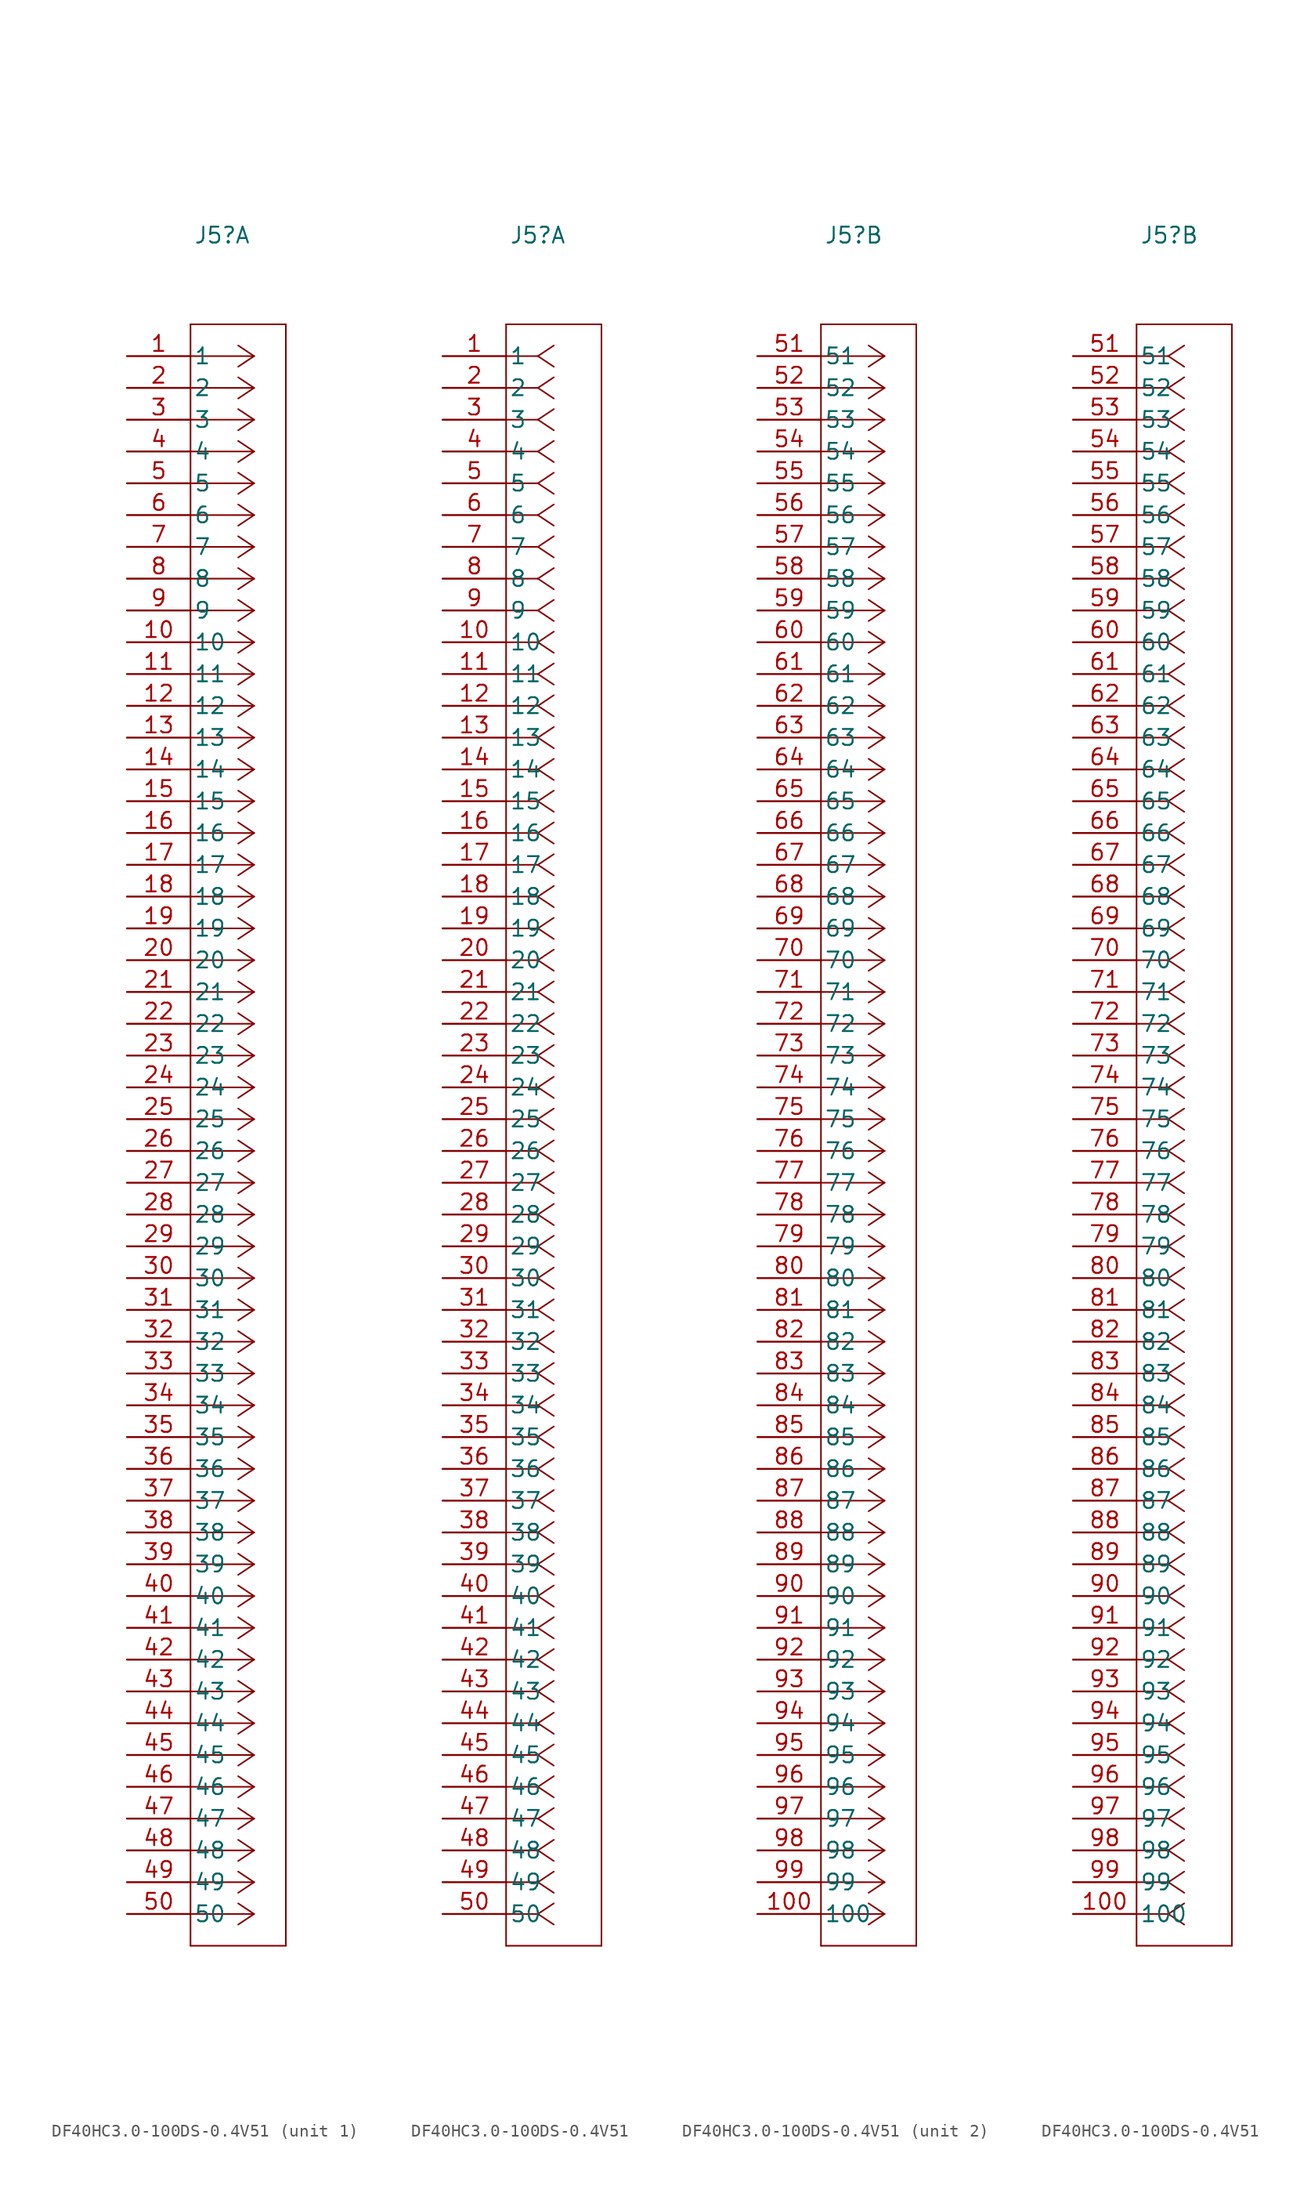
<source format=kicad_sym>
(kicad_symbol_lib
  (version 20241209)
  (generator "kicad_symbol_editor")
  (generator_version "9.0")
  (symbol "DF40HC3.0-100DS-0.4V51"
    (pin_names
      (offset 0.254))
    (property "Reference" "J5"
      (at 5.334 9.652 0)
      (effects (font (size 1.27 1.27)) (justify left)))
    (property "ki_locked" ""
      (at 0 0 0)
      (effects (font (size 1.27 1.27))))
    (symbol "DF40HC3.0-100DS-0.4V51_1_1"
      (polyline (pts (xy 5.08 2.54) (xy 5.08 -127)) (stroke (width 0.127) (type default)) (fill (type none)))
      (polyline (pts (xy 5.08 -127) (xy 12.7 -127)) (stroke (width 0.127) (type default)) (fill (type none)))
      (polyline (pts (xy 10.16 0) (xy 5.08 0)) (stroke (width 0.127) (type default)) (fill (type none)))
      (polyline (pts (xy 10.16 0) (xy 8.89 0.847)) (stroke (width 0.127) (type default)) (fill (type none)))
      (polyline (pts (xy 10.16 0) (xy 8.89 -0.847)) (stroke (width 0.127) (type default)) (fill (type none)))
      (polyline (pts (xy 10.16 -2.54) (xy 5.08 -2.54)) (stroke (width 0.127) (type default)) (fill (type none)))
      (polyline (pts (xy 10.16 -2.54) (xy 8.89 -1.693)) (stroke (width 0.127) (type default)) (fill (type none)))
      (polyline (pts (xy 10.16 -2.54) (xy 8.89 -3.387)) (stroke (width 0.127) (type default)) (fill (type none)))
      (polyline (pts (xy 10.16 -5.08) (xy 5.08 -5.08)) (stroke (width 0.127) (type default)) (fill (type none)))
      (polyline (pts (xy 10.16 -5.08) (xy 8.89 -4.233)) (stroke (width 0.127) (type default)) (fill (type none)))
      (polyline (pts (xy 10.16 -5.08) (xy 8.89 -5.927)) (stroke (width 0.127) (type default)) (fill (type none)))
      (polyline (pts (xy 10.16 -7.62) (xy 5.08 -7.62)) (stroke (width 0.127) (type default)) (fill (type none)))
      (polyline (pts (xy 10.16 -7.62) (xy 8.89 -6.773)) (stroke (width 0.127) (type default)) (fill (type none)))
      (polyline (pts (xy 10.16 -7.62) (xy 8.89 -8.467)) (stroke (width 0.127) (type default)) (fill (type none)))
      (polyline (pts (xy 10.16 -10.16) (xy 5.08 -10.16)) (stroke (width 0.127) (type default)) (fill (type none)))
      (polyline (pts (xy 10.16 -10.16) (xy 8.89 -9.313)) (stroke (width 0.127) (type default)) (fill (type none)))
      (polyline (pts (xy 10.16 -10.16) (xy 8.89 -11.007)) (stroke (width 0.127) (type default)) (fill (type none)))
      (polyline (pts (xy 10.16 -12.7) (xy 5.08 -12.7)) (stroke (width 0.127) (type default)) (fill (type none)))
      (polyline (pts (xy 10.16 -12.7) (xy 8.89 -11.853)) (stroke (width 0.127) (type default)) (fill (type none)))
      (polyline (pts (xy 10.16 -12.7) (xy 8.89 -13.547)) (stroke (width 0.127) (type default)) (fill (type none)))
      (polyline (pts (xy 10.16 -15.24) (xy 5.08 -15.24)) (stroke (width 0.127) (type default)) (fill (type none)))
      (polyline (pts (xy 10.16 -15.24) (xy 8.89 -14.393)) (stroke (width 0.127) (type default)) (fill (type none)))
      (polyline (pts (xy 10.16 -15.24) (xy 8.89 -16.087)) (stroke (width 0.127) (type default)) (fill (type none)))
      (polyline (pts (xy 10.16 -17.78) (xy 5.08 -17.78)) (stroke (width 0.127) (type default)) (fill (type none)))
      (polyline (pts (xy 10.16 -17.78) (xy 8.89 -16.933)) (stroke (width 0.127) (type default)) (fill (type none)))
      (polyline (pts (xy 10.16 -17.78) (xy 8.89 -18.627)) (stroke (width 0.127) (type default)) (fill (type none)))
      (polyline (pts (xy 10.16 -20.32) (xy 5.08 -20.32)) (stroke (width 0.127) (type default)) (fill (type none)))
      (polyline (pts (xy 10.16 -20.32) (xy 8.89 -19.473)) (stroke (width 0.127) (type default)) (fill (type none)))
      (polyline (pts (xy 10.16 -20.32) (xy 8.89 -21.167)) (stroke (width 0.127) (type default)) (fill (type none)))
      (polyline (pts (xy 10.16 -22.86) (xy 5.08 -22.86)) (stroke (width 0.127) (type default)) (fill (type none)))
      (polyline (pts (xy 10.16 -22.86) (xy 8.89 -22.013)) (stroke (width 0.127) (type default)) (fill (type none)))
      (polyline (pts (xy 10.16 -22.86) (xy 8.89 -23.707)) (stroke (width 0.127) (type default)) (fill (type none)))
      (polyline (pts (xy 10.16 -25.4) (xy 5.08 -25.4)) (stroke (width 0.127) (type default)) (fill (type none)))
      (polyline (pts (xy 10.16 -25.4) (xy 8.89 -24.553)) (stroke (width 0.127) (type default)) (fill (type none)))
      (polyline (pts (xy 10.16 -25.4) (xy 8.89 -26.247)) (stroke (width 0.127) (type default)) (fill (type none)))
      (polyline (pts (xy 10.16 -27.94) (xy 5.08 -27.94)) (stroke (width 0.127) (type default)) (fill (type none)))
      (polyline (pts (xy 10.16 -27.94) (xy 8.89 -27.093)) (stroke (width 0.127) (type default)) (fill (type none)))
      (polyline (pts (xy 10.16 -27.94) (xy 8.89 -28.787)) (stroke (width 0.127) (type default)) (fill (type none)))
      (polyline (pts (xy 10.16 -30.48) (xy 5.08 -30.48)) (stroke (width 0.127) (type default)) (fill (type none)))
      (polyline (pts (xy 10.16 -30.48) (xy 8.89 -29.633)) (stroke (width 0.127) (type default)) (fill (type none)))
      (polyline (pts (xy 10.16 -30.48) (xy 8.89 -31.327)) (stroke (width 0.127) (type default)) (fill (type none)))
      (polyline (pts (xy 10.16 -33.02) (xy 5.08 -33.02)) (stroke (width 0.127) (type default)) (fill (type none)))
      (polyline (pts (xy 10.16 -33.02) (xy 8.89 -32.173)) (stroke (width 0.127) (type default)) (fill (type none)))
      (polyline (pts (xy 10.16 -33.02) (xy 8.89 -33.867)) (stroke (width 0.127) (type default)) (fill (type none)))
      (polyline (pts (xy 10.16 -35.56) (xy 5.08 -35.56)) (stroke (width 0.127) (type default)) (fill (type none)))
      (polyline (pts (xy 10.16 -35.56) (xy 8.89 -34.713)) (stroke (width 0.127) (type default)) (fill (type none)))
      (polyline (pts (xy 10.16 -35.56) (xy 8.89 -36.407)) (stroke (width 0.127) (type default)) (fill (type none)))
      (polyline (pts (xy 10.16 -38.1) (xy 5.08 -38.1)) (stroke (width 0.127) (type default)) (fill (type none)))
      (polyline (pts (xy 10.16 -38.1) (xy 8.89 -37.253)) (stroke (width 0.127) (type default)) (fill (type none)))
      (polyline (pts (xy 10.16 -38.1) (xy 8.89 -38.947)) (stroke (width 0.127) (type default)) (fill (type none)))
      (polyline (pts (xy 10.16 -40.64) (xy 5.08 -40.64)) (stroke (width 0.127) (type default)) (fill (type none)))
      (polyline (pts (xy 10.16 -40.64) (xy 8.89 -39.793)) (stroke (width 0.127) (type default)) (fill (type none)))
      (polyline (pts (xy 10.16 -40.64) (xy 8.89 -41.487)) (stroke (width 0.127) (type default)) (fill (type none)))
      (polyline (pts (xy 10.16 -43.18) (xy 5.08 -43.18)) (stroke (width 0.127) (type default)) (fill (type none)))
      (polyline (pts (xy 10.16 -43.18) (xy 8.89 -42.333)) (stroke (width 0.127) (type default)) (fill (type none)))
      (polyline (pts (xy 10.16 -43.18) (xy 8.89 -44.027)) (stroke (width 0.127) (type default)) (fill (type none)))
      (polyline (pts (xy 10.16 -45.72) (xy 5.08 -45.72)) (stroke (width 0.127) (type default)) (fill (type none)))
      (polyline (pts (xy 10.16 -45.72) (xy 8.89 -44.873)) (stroke (width 0.127) (type default)) (fill (type none)))
      (polyline (pts (xy 10.16 -45.72) (xy 8.89 -46.567)) (stroke (width 0.127) (type default)) (fill (type none)))
      (polyline (pts (xy 10.16 -48.26) (xy 5.08 -48.26)) (stroke (width 0.127) (type default)) (fill (type none)))
      (polyline (pts (xy 10.16 -48.26) (xy 8.89 -47.413)) (stroke (width 0.127) (type default)) (fill (type none)))
      (polyline (pts (xy 10.16 -48.26) (xy 8.89 -49.107)) (stroke (width 0.127) (type default)) (fill (type none)))
      (polyline (pts (xy 10.16 -50.8) (xy 5.08 -50.8)) (stroke (width 0.127) (type default)) (fill (type none)))
      (polyline (pts (xy 10.16 -50.8) (xy 8.89 -49.953)) (stroke (width 0.127) (type default)) (fill (type none)))
      (polyline (pts (xy 10.16 -50.8) (xy 8.89 -51.647)) (stroke (width 0.127) (type default)) (fill (type none)))
      (polyline (pts (xy 10.16 -53.34) (xy 5.08 -53.34)) (stroke (width 0.127) (type default)) (fill (type none)))
      (polyline (pts (xy 10.16 -53.34) (xy 8.89 -52.493)) (stroke (width 0.127) (type default)) (fill (type none)))
      (polyline (pts (xy 10.16 -53.34) (xy 8.89 -54.187)) (stroke (width 0.127) (type default)) (fill (type none)))
      (polyline (pts (xy 10.16 -55.88) (xy 5.08 -55.88)) (stroke (width 0.127) (type default)) (fill (type none)))
      (polyline (pts (xy 10.16 -55.88) (xy 8.89 -55.033)) (stroke (width 0.127) (type default)) (fill (type none)))
      (polyline (pts (xy 10.16 -55.88) (xy 8.89 -56.727)) (stroke (width 0.127) (type default)) (fill (type none)))
      (polyline (pts (xy 10.16 -58.42) (xy 5.08 -58.42)) (stroke (width 0.127) (type default)) (fill (type none)))
      (polyline (pts (xy 10.16 -58.42) (xy 8.89 -57.573)) (stroke (width 0.127) (type default)) (fill (type none)))
      (polyline (pts (xy 10.16 -58.42) (xy 8.89 -59.267)) (stroke (width 0.127) (type default)) (fill (type none)))
      (polyline (pts (xy 10.16 -60.96) (xy 5.08 -60.96)) (stroke (width 0.127) (type default)) (fill (type none)))
      (polyline (pts (xy 10.16 -60.96) (xy 8.89 -60.113)) (stroke (width 0.127) (type default)) (fill (type none)))
      (polyline (pts (xy 10.16 -60.96) (xy 8.89 -61.807)) (stroke (width 0.127) (type default)) (fill (type none)))
      (polyline (pts (xy 10.16 -63.5) (xy 5.08 -63.5)) (stroke (width 0.127) (type default)) (fill (type none)))
      (polyline (pts (xy 10.16 -63.5) (xy 8.89 -62.653)) (stroke (width 0.127) (type default)) (fill (type none)))
      (polyline (pts (xy 10.16 -63.5) (xy 8.89 -64.347)) (stroke (width 0.127) (type default)) (fill (type none)))
      (polyline (pts (xy 10.16 -66.04) (xy 5.08 -66.04)) (stroke (width 0.127) (type default)) (fill (type none)))
      (polyline (pts (xy 10.16 -66.04) (xy 8.89 -65.193)) (stroke (width 0.127) (type default)) (fill (type none)))
      (polyline (pts (xy 10.16 -66.04) (xy 8.89 -66.887)) (stroke (width 0.127) (type default)) (fill (type none)))
      (polyline (pts (xy 10.16 -68.58) (xy 5.08 -68.58)) (stroke (width 0.127) (type default)) (fill (type none)))
      (polyline (pts (xy 10.16 -68.58) (xy 8.89 -67.733)) (stroke (width 0.127) (type default)) (fill (type none)))
      (polyline (pts (xy 10.16 -68.58) (xy 8.89 -69.427)) (stroke (width 0.127) (type default)) (fill (type none)))
      (polyline (pts (xy 10.16 -71.12) (xy 5.08 -71.12)) (stroke (width 0.127) (type default)) (fill (type none)))
      (polyline (pts (xy 10.16 -71.12) (xy 8.89 -70.273)) (stroke (width 0.127) (type default)) (fill (type none)))
      (polyline (pts (xy 10.16 -71.12) (xy 8.89 -71.967)) (stroke (width 0.127) (type default)) (fill (type none)))
      (polyline (pts (xy 10.16 -73.66) (xy 5.08 -73.66)) (stroke (width 0.127) (type default)) (fill (type none)))
      (polyline (pts (xy 10.16 -73.66) (xy 8.89 -72.813)) (stroke (width 0.127) (type default)) (fill (type none)))
      (polyline (pts (xy 10.16 -73.66) (xy 8.89 -74.507)) (stroke (width 0.127) (type default)) (fill (type none)))
      (polyline (pts (xy 10.16 -76.2) (xy 5.08 -76.2)) (stroke (width 0.127) (type default)) (fill (type none)))
      (polyline (pts (xy 10.16 -76.2) (xy 8.89 -75.353)) (stroke (width 0.127) (type default)) (fill (type none)))
      (polyline (pts (xy 10.16 -76.2) (xy 8.89 -77.047)) (stroke (width 0.127) (type default)) (fill (type none)))
      (polyline (pts (xy 10.16 -78.74) (xy 5.08 -78.74)) (stroke (width 0.127) (type default)) (fill (type none)))
      (polyline (pts (xy 10.16 -78.74) (xy 8.89 -77.893)) (stroke (width 0.127) (type default)) (fill (type none)))
      (polyline (pts (xy 10.16 -78.74) (xy 8.89 -79.587)) (stroke (width 0.127) (type default)) (fill (type none)))
      (polyline (pts (xy 10.16 -81.28) (xy 5.08 -81.28)) (stroke (width 0.127) (type default)) (fill (type none)))
      (polyline (pts (xy 10.16 -81.28) (xy 8.89 -80.433)) (stroke (width 0.127) (type default)) (fill (type none)))
      (polyline (pts (xy 10.16 -81.28) (xy 8.89 -82.127)) (stroke (width 0.127) (type default)) (fill (type none)))
      (polyline (pts (xy 10.16 -83.82) (xy 5.08 -83.82)) (stroke (width 0.127) (type default)) (fill (type none)))
      (polyline (pts (xy 10.16 -83.82) (xy 8.89 -82.973)) (stroke (width 0.127) (type default)) (fill (type none)))
      (polyline (pts (xy 10.16 -83.82) (xy 8.89 -84.667)) (stroke (width 0.127) (type default)) (fill (type none)))
      (polyline (pts (xy 10.16 -86.36) (xy 5.08 -86.36)) (stroke (width 0.127) (type default)) (fill (type none)))
      (polyline (pts (xy 10.16 -86.36) (xy 8.89 -85.513)) (stroke (width 0.127) (type default)) (fill (type none)))
      (polyline (pts (xy 10.16 -86.36) (xy 8.89 -87.207)) (stroke (width 0.127) (type default)) (fill (type none)))
      (polyline (pts (xy 10.16 -88.9) (xy 5.08 -88.9)) (stroke (width 0.127) (type default)) (fill (type none)))
      (polyline (pts (xy 10.16 -88.9) (xy 8.89 -88.053)) (stroke (width 0.127) (type default)) (fill (type none)))
      (polyline (pts (xy 10.16 -88.9) (xy 8.89 -89.747)) (stroke (width 0.127) (type default)) (fill (type none)))
      (polyline (pts (xy 10.16 -91.44) (xy 5.08 -91.44)) (stroke (width 0.127) (type default)) (fill (type none)))
      (polyline (pts (xy 10.16 -91.44) (xy 8.89 -90.593)) (stroke (width 0.127) (type default)) (fill (type none)))
      (polyline (pts (xy 10.16 -91.44) (xy 8.89 -92.287)) (stroke (width 0.127) (type default)) (fill (type none)))
      (polyline (pts (xy 10.16 -93.98) (xy 5.08 -93.98)) (stroke (width 0.127) (type default)) (fill (type none)))
      (polyline (pts (xy 10.16 -93.98) (xy 8.89 -93.133)) (stroke (width 0.127) (type default)) (fill (type none)))
      (polyline (pts (xy 10.16 -93.98) (xy 8.89 -94.827)) (stroke (width 0.127) (type default)) (fill (type none)))
      (polyline (pts (xy 10.16 -96.52) (xy 5.08 -96.52)) (stroke (width 0.127) (type default)) (fill (type none)))
      (polyline (pts (xy 10.16 -96.52) (xy 8.89 -95.673)) (stroke (width 0.127) (type default)) (fill (type none)))
      (polyline (pts (xy 10.16 -96.52) (xy 8.89 -97.367)) (stroke (width 0.127) (type default)) (fill (type none)))
      (polyline (pts (xy 10.16 -99.06) (xy 5.08 -99.06)) (stroke (width 0.127) (type default)) (fill (type none)))
      (polyline (pts (xy 10.16 -99.06) (xy 8.89 -98.213)) (stroke (width 0.127) (type default)) (fill (type none)))
      (polyline (pts (xy 10.16 -99.06) (xy 8.89 -99.907)) (stroke (width 0.127) (type default)) (fill (type none)))
      (polyline (pts (xy 10.16 -101.6) (xy 5.08 -101.6)) (stroke (width 0.127) (type default)) (fill (type none)))
      (polyline (pts (xy 10.16 -101.6) (xy 8.89 -100.753)) (stroke (width 0.127) (type default)) (fill (type none)))
      (polyline (pts (xy 10.16 -101.6) (xy 8.89 -102.447)) (stroke (width 0.127) (type default)) (fill (type none)))
      (polyline (pts (xy 10.16 -104.14) (xy 5.08 -104.14)) (stroke (width 0.127) (type default)) (fill (type none)))
      (polyline (pts (xy 10.16 -104.14) (xy 8.89 -103.293)) (stroke (width 0.127) (type default)) (fill (type none)))
      (polyline (pts (xy 10.16 -104.14) (xy 8.89 -104.987)) (stroke (width 0.127) (type default)) (fill (type none)))
      (polyline (pts (xy 10.16 -106.68) (xy 5.08 -106.68)) (stroke (width 0.127) (type default)) (fill (type none)))
      (polyline (pts (xy 10.16 -106.68) (xy 8.89 -105.833)) (stroke (width 0.127) (type default)) (fill (type none)))
      (polyline (pts (xy 10.16 -106.68) (xy 8.89 -107.527)) (stroke (width 0.127) (type default)) (fill (type none)))
      (polyline (pts (xy 10.16 -109.22) (xy 5.08 -109.22)) (stroke (width 0.127) (type default)) (fill (type none)))
      (polyline (pts (xy 10.16 -109.22) (xy 8.89 -108.373)) (stroke (width 0.127) (type default)) (fill (type none)))
      (polyline (pts (xy 10.16 -109.22) (xy 8.89 -110.067)) (stroke (width 0.127) (type default)) (fill (type none)))
      (polyline (pts (xy 10.16 -111.76) (xy 5.08 -111.76)) (stroke (width 0.127) (type default)) (fill (type none)))
      (polyline (pts (xy 10.16 -111.76) (xy 8.89 -110.913)) (stroke (width 0.127) (type default)) (fill (type none)))
      (polyline (pts (xy 10.16 -111.76) (xy 8.89 -112.607)) (stroke (width 0.127) (type default)) (fill (type none)))
      (polyline (pts (xy 10.16 -114.3) (xy 5.08 -114.3)) (stroke (width 0.127) (type default)) (fill (type none)))
      (polyline (pts (xy 10.16 -114.3) (xy 8.89 -113.453)) (stroke (width 0.127) (type default)) (fill (type none)))
      (polyline (pts (xy 10.16 -114.3) (xy 8.89 -115.147)) (stroke (width 0.127) (type default)) (fill (type none)))
      (polyline (pts (xy 10.16 -116.84) (xy 5.08 -116.84)) (stroke (width 0.127) (type default)) (fill (type none)))
      (polyline (pts (xy 10.16 -116.84) (xy 8.89 -115.993)) (stroke (width 0.127) (type default)) (fill (type none)))
      (polyline (pts (xy 10.16 -116.84) (xy 8.89 -117.687)) (stroke (width 0.127) (type default)) (fill (type none)))
      (polyline (pts (xy 10.16 -119.38) (xy 5.08 -119.38)) (stroke (width 0.127) (type default)) (fill (type none)))
      (polyline (pts (xy 10.16 -119.38) (xy 8.89 -118.533)) (stroke (width 0.127) (type default)) (fill (type none)))
      (polyline (pts (xy 10.16 -119.38) (xy 8.89 -120.227)) (stroke (width 0.127) (type default)) (fill (type none)))
      (polyline (pts (xy 10.16 -121.92) (xy 5.08 -121.92)) (stroke (width 0.127) (type default)) (fill (type none)))
      (polyline (pts (xy 10.16 -121.92) (xy 8.89 -121.073)) (stroke (width 0.127) (type default)) (fill (type none)))
      (polyline (pts (xy 10.16 -121.92) (xy 8.89 -122.767)) (stroke (width 0.127) (type default)) (fill (type none)))
      (polyline (pts (xy 10.16 -124.46) (xy 5.08 -124.46)) (stroke (width 0.127) (type default)) (fill (type none)))
      (polyline (pts (xy 10.16 -124.46) (xy 8.89 -123.613)) (stroke (width 0.127) (type default)) (fill (type none)))
      (polyline (pts (xy 10.16 -124.46) (xy 8.89 -125.307)) (stroke (width 0.127) (type default)) (fill (type none)))
      (polyline (pts (xy 12.7 2.54) (xy 5.08 2.54)) (stroke (width 0.127) (type default)) (fill (type none)))
      (polyline (pts (xy 12.7 -127) (xy 12.7 2.54)) (stroke (width 0.127) (type default)) (fill (type none)))
      (pin passive line (at 0 0 0) (length 5.08) (name "1" (effects (font (size 1.27 1.27)))) (number "1" (effects (font (size 1.27 1.27)))))
      (pin passive line (at 0 -2.54 0) (length 5.08) (name "2" (effects (font (size 1.27 1.27)))) (number "2" (effects (font (size 1.27 1.27)))))
      (pin passive line (at 0 -5.08 0) (length 5.08) (name "3" (effects (font (size 1.27 1.27)))) (number "3" (effects (font (size 1.27 1.27)))))
      (pin passive line (at 0 -7.62 0) (length 5.08) (name "4" (effects (font (size 1.27 1.27)))) (number "4" (effects (font (size 1.27 1.27)))))
      (pin passive line (at 0 -10.16 0) (length 5.08) (name "5" (effects (font (size 1.27 1.27)))) (number "5" (effects (font (size 1.27 1.27)))))
      (pin passive line (at 0 -12.7 0) (length 5.08) (name "6" (effects (font (size 1.27 1.27)))) (number "6" (effects (font (size 1.27 1.27)))))
      (pin passive line (at 0 -15.24 0) (length 5.08) (name "7" (effects (font (size 1.27 1.27)))) (number "7" (effects (font (size 1.27 1.27)))))
      (pin passive line (at 0 -17.78 0) (length 5.08) (name "8" (effects (font (size 1.27 1.27)))) (number "8" (effects (font (size 1.27 1.27)))))
      (pin passive line (at 0 -20.32 0) (length 5.08) (name "9" (effects (font (size 1.27 1.27)))) (number "9" (effects (font (size 1.27 1.27)))))
      (pin passive line (at 0 -22.86 0) (length 5.08) (name "10" (effects (font (size 1.27 1.27)))) (number "10" (effects (font (size 1.27 1.27)))))
      (pin passive line (at 0 -25.4 0) (length 5.08) (name "11" (effects (font (size 1.27 1.27)))) (number "11" (effects (font (size 1.27 1.27)))))
      (pin passive line (at 0 -27.94 0) (length 5.08) (name "12" (effects (font (size 1.27 1.27)))) (number "12" (effects (font (size 1.27 1.27)))))
      (pin passive line (at 0 -30.48 0) (length 5.08) (name "13" (effects (font (size 1.27 1.27)))) (number "13" (effects (font (size 1.27 1.27)))))
      (pin passive line (at 0 -33.02 0) (length 5.08) (name "14" (effects (font (size 1.27 1.27)))) (number "14" (effects (font (size 1.27 1.27)))))
      (pin passive line (at 0 -35.56 0) (length 5.08) (name "15" (effects (font (size 1.27 1.27)))) (number "15" (effects (font (size 1.27 1.27)))))
      (pin passive line (at 0 -38.1 0) (length 5.08) (name "16" (effects (font (size 1.27 1.27)))) (number "16" (effects (font (size 1.27 1.27)))))
      (pin passive line (at 0 -40.64 0) (length 5.08) (name "17" (effects (font (size 1.27 1.27)))) (number "17" (effects (font (size 1.27 1.27)))))
      (pin passive line (at 0 -43.18 0) (length 5.08) (name "18" (effects (font (size 1.27 1.27)))) (number "18" (effects (font (size 1.27 1.27)))))
      (pin passive line (at 0 -45.72 0) (length 5.08) (name "19" (effects (font (size 1.27 1.27)))) (number "19" (effects (font (size 1.27 1.27)))))
      (pin passive line (at 0 -48.26 0) (length 5.08) (name "20" (effects (font (size 1.27 1.27)))) (number "20" (effects (font (size 1.27 1.27)))))
      (pin passive line (at 0 -50.8 0) (length 5.08) (name "21" (effects (font (size 1.27 1.27)))) (number "21" (effects (font (size 1.27 1.27)))))
      (pin passive line (at 0 -53.34 0) (length 5.08) (name "22" (effects (font (size 1.27 1.27)))) (number "22" (effects (font (size 1.27 1.27)))))
      (pin passive line (at 0 -55.88 0) (length 5.08) (name "23" (effects (font (size 1.27 1.27)))) (number "23" (effects (font (size 1.27 1.27)))))
      (pin passive line (at 0 -58.42 0) (length 5.08) (name "24" (effects (font (size 1.27 1.27)))) (number "24" (effects (font (size 1.27 1.27)))))
      (pin passive line (at 0 -60.96 0) (length 5.08) (name "25" (effects (font (size 1.27 1.27)))) (number "25" (effects (font (size 1.27 1.27)))))
      (pin passive line (at 0 -63.5 0) (length 5.08) (name "26" (effects (font (size 1.27 1.27)))) (number "26" (effects (font (size 1.27 1.27)))))
      (pin passive line (at 0 -66.04 0) (length 5.08) (name "27" (effects (font (size 1.27 1.27)))) (number "27" (effects (font (size 1.27 1.27)))))
      (pin passive line (at 0 -68.58 0) (length 5.08) (name "28" (effects (font (size 1.27 1.27)))) (number "28" (effects (font (size 1.27 1.27)))))
      (pin passive line (at 0 -71.12 0) (length 5.08) (name "29" (effects (font (size 1.27 1.27)))) (number "29" (effects (font (size 1.27 1.27)))))
      (pin passive line (at 0 -73.66 0) (length 5.08) (name "30" (effects (font (size 1.27 1.27)))) (number "30" (effects (font (size 1.27 1.27)))))
      (pin passive line (at 0 -76.2 0) (length 5.08) (name "31" (effects (font (size 1.27 1.27)))) (number "31" (effects (font (size 1.27 1.27)))))
      (pin passive line (at 0 -78.74 0) (length 5.08) (name "32" (effects (font (size 1.27 1.27)))) (number "32" (effects (font (size 1.27 1.27)))))
      (pin passive line (at 0 -81.28 0) (length 5.08) (name "33" (effects (font (size 1.27 1.27)))) (number "33" (effects (font (size 1.27 1.27)))))
      (pin passive line (at 0 -83.82 0) (length 5.08) (name "34" (effects (font (size 1.27 1.27)))) (number "34" (effects (font (size 1.27 1.27)))))
      (pin passive line (at 0 -86.36 0) (length 5.08) (name "35" (effects (font (size 1.27 1.27)))) (number "35" (effects (font (size 1.27 1.27)))))
      (pin passive line (at 0 -88.9 0) (length 5.08) (name "36" (effects (font (size 1.27 1.27)))) (number "36" (effects (font (size 1.27 1.27)))))
      (pin passive line (at 0 -91.44 0) (length 5.08) (name "37" (effects (font (size 1.27 1.27)))) (number "37" (effects (font (size 1.27 1.27)))))
      (pin passive line (at 0 -93.98 0) (length 5.08) (name "38" (effects (font (size 1.27 1.27)))) (number "38" (effects (font (size 1.27 1.27)))))
      (pin passive line (at 0 -96.52 0) (length 5.08) (name "39" (effects (font (size 1.27 1.27)))) (number "39" (effects (font (size 1.27 1.27)))))
      (pin passive line (at 0 -99.06 0) (length 5.08) (name "40" (effects (font (size 1.27 1.27)))) (number "40" (effects (font (size 1.27 1.27)))))
      (pin passive line (at 0 -101.6 0) (length 5.08) (name "41" (effects (font (size 1.27 1.27)))) (number "41" (effects (font (size 1.27 1.27)))))
      (pin passive line (at 0 -104.14 0) (length 5.08) (name "42" (effects (font (size 1.27 1.27)))) (number "42" (effects (font (size 1.27 1.27)))))
      (pin passive line (at 0 -106.68 0) (length 5.08) (name "43" (effects (font (size 1.27 1.27)))) (number "43" (effects (font (size 1.27 1.27)))))
      (pin passive line (at 0 -109.22 0) (length 5.08) (name "44" (effects (font (size 1.27 1.27)))) (number "44" (effects (font (size 1.27 1.27)))))
      (pin passive line (at 0 -111.76 0) (length 5.08) (name "45" (effects (font (size 1.27 1.27)))) (number "45" (effects (font (size 1.27 1.27)))))
      (pin passive line (at 0 -114.3 0) (length 5.08) (name "46" (effects (font (size 1.27 1.27)))) (number "46" (effects (font (size 1.27 1.27)))))
      (pin passive line (at 0 -116.84 0) (length 5.08) (name "47" (effects (font (size 1.27 1.27)))) (number "47" (effects (font (size 1.27 1.27)))))
      (pin passive line (at 0 -119.38 0) (length 5.08) (name "48" (effects (font (size 1.27 1.27)))) (number "48" (effects (font (size 1.27 1.27)))))
      (pin passive line (at 0 -121.92 0) (length 5.08) (name "49" (effects (font (size 1.27 1.27)))) (number "49" (effects (font (size 1.27 1.27)))))
      (pin passive line (at 0 -124.46 0) (length 5.08) (name "50" (effects (font (size 1.27 1.27)))) (number "50" (effects (font (size 1.27 1.27))))))
    (symbol "DF40HC3.0-100DS-0.4V51_1_2"
      (polyline (pts (xy 5.08 2.54) (xy 5.08 -127)) (stroke (width 0.127) (type default)) (fill (type none)))
      (polyline (pts (xy 5.08 -127) (xy 12.7 -127)) (stroke (width 0.127) (type default)) (fill (type none)))
      (polyline (pts (xy 7.62 0) (xy 5.08 0)) (stroke (width 0.127) (type default)) (fill (type none)))
      (polyline (pts (xy 7.62 0) (xy 8.89 0.847)) (stroke (width 0.127) (type default)) (fill (type none)))
      (polyline (pts (xy 7.62 0) (xy 8.89 -0.847)) (stroke (width 0.127) (type default)) (fill (type none)))
      (polyline (pts (xy 7.62 -2.54) (xy 5.08 -2.54)) (stroke (width 0.127) (type default)) (fill (type none)))
      (polyline (pts (xy 7.62 -2.54) (xy 8.89 -1.693)) (stroke (width 0.127) (type default)) (fill (type none)))
      (polyline (pts (xy 7.62 -2.54) (xy 8.89 -3.387)) (stroke (width 0.127) (type default)) (fill (type none)))
      (polyline (pts (xy 7.62 -5.08) (xy 5.08 -5.08)) (stroke (width 0.127) (type default)) (fill (type none)))
      (polyline (pts (xy 7.62 -5.08) (xy 8.89 -4.233)) (stroke (width 0.127) (type default)) (fill (type none)))
      (polyline (pts (xy 7.62 -5.08) (xy 8.89 -5.927)) (stroke (width 0.127) (type default)) (fill (type none)))
      (polyline (pts (xy 7.62 -7.62) (xy 5.08 -7.62)) (stroke (width 0.127) (type default)) (fill (type none)))
      (polyline (pts (xy 7.62 -7.62) (xy 8.89 -6.773)) (stroke (width 0.127) (type default)) (fill (type none)))
      (polyline (pts (xy 7.62 -7.62) (xy 8.89 -8.467)) (stroke (width 0.127) (type default)) (fill (type none)))
      (polyline (pts (xy 7.62 -10.16) (xy 5.08 -10.16)) (stroke (width 0.127) (type default)) (fill (type none)))
      (polyline (pts (xy 7.62 -10.16) (xy 8.89 -9.313)) (stroke (width 0.127) (type default)) (fill (type none)))
      (polyline (pts (xy 7.62 -10.16) (xy 8.89 -11.007)) (stroke (width 0.127) (type default)) (fill (type none)))
      (polyline (pts (xy 7.62 -12.7) (xy 5.08 -12.7)) (stroke (width 0.127) (type default)) (fill (type none)))
      (polyline (pts (xy 7.62 -12.7) (xy 8.89 -11.853)) (stroke (width 0.127) (type default)) (fill (type none)))
      (polyline (pts (xy 7.62 -12.7) (xy 8.89 -13.547)) (stroke (width 0.127) (type default)) (fill (type none)))
      (polyline (pts (xy 7.62 -15.24) (xy 5.08 -15.24)) (stroke (width 0.127) (type default)) (fill (type none)))
      (polyline (pts (xy 7.62 -15.24) (xy 8.89 -14.393)) (stroke (width 0.127) (type default)) (fill (type none)))
      (polyline (pts (xy 7.62 -15.24) (xy 8.89 -16.087)) (stroke (width 0.127) (type default)) (fill (type none)))
      (polyline (pts (xy 7.62 -17.78) (xy 5.08 -17.78)) (stroke (width 0.127) (type default)) (fill (type none)))
      (polyline (pts (xy 7.62 -17.78) (xy 8.89 -16.933)) (stroke (width 0.127) (type default)) (fill (type none)))
      (polyline (pts (xy 7.62 -17.78) (xy 8.89 -18.627)) (stroke (width 0.127) (type default)) (fill (type none)))
      (polyline (pts (xy 7.62 -20.32) (xy 5.08 -20.32)) (stroke (width 0.127) (type default)) (fill (type none)))
      (polyline (pts (xy 7.62 -20.32) (xy 8.89 -19.473)) (stroke (width 0.127) (type default)) (fill (type none)))
      (polyline (pts (xy 7.62 -20.32) (xy 8.89 -21.167)) (stroke (width 0.127) (type default)) (fill (type none)))
      (polyline (pts (xy 7.62 -22.86) (xy 5.08 -22.86)) (stroke (width 0.127) (type default)) (fill (type none)))
      (polyline (pts (xy 7.62 -22.86) (xy 8.89 -22.013)) (stroke (width 0.127) (type default)) (fill (type none)))
      (polyline (pts (xy 7.62 -22.86) (xy 8.89 -23.707)) (stroke (width 0.127) (type default)) (fill (type none)))
      (polyline (pts (xy 7.62 -25.4) (xy 5.08 -25.4)) (stroke (width 0.127) (type default)) (fill (type none)))
      (polyline (pts (xy 7.62 -25.4) (xy 8.89 -24.553)) (stroke (width 0.127) (type default)) (fill (type none)))
      (polyline (pts (xy 7.62 -25.4) (xy 8.89 -26.247)) (stroke (width 0.127) (type default)) (fill (type none)))
      (polyline (pts (xy 7.62 -27.94) (xy 5.08 -27.94)) (stroke (width 0.127) (type default)) (fill (type none)))
      (polyline (pts (xy 7.62 -27.94) (xy 8.89 -27.093)) (stroke (width 0.127) (type default)) (fill (type none)))
      (polyline (pts (xy 7.62 -27.94) (xy 8.89 -28.787)) (stroke (width 0.127) (type default)) (fill (type none)))
      (polyline (pts (xy 7.62 -30.48) (xy 5.08 -30.48)) (stroke (width 0.127) (type default)) (fill (type none)))
      (polyline (pts (xy 7.62 -30.48) (xy 8.89 -29.633)) (stroke (width 0.127) (type default)) (fill (type none)))
      (polyline (pts (xy 7.62 -30.48) (xy 8.89 -31.327)) (stroke (width 0.127) (type default)) (fill (type none)))
      (polyline (pts (xy 7.62 -33.02) (xy 5.08 -33.02)) (stroke (width 0.127) (type default)) (fill (type none)))
      (polyline (pts (xy 7.62 -33.02) (xy 8.89 -32.173)) (stroke (width 0.127) (type default)) (fill (type none)))
      (polyline (pts (xy 7.62 -33.02) (xy 8.89 -33.867)) (stroke (width 0.127) (type default)) (fill (type none)))
      (polyline (pts (xy 7.62 -35.56) (xy 5.08 -35.56)) (stroke (width 0.127) (type default)) (fill (type none)))
      (polyline (pts (xy 7.62 -35.56) (xy 8.89 -34.713)) (stroke (width 0.127) (type default)) (fill (type none)))
      (polyline (pts (xy 7.62 -35.56) (xy 8.89 -36.407)) (stroke (width 0.127) (type default)) (fill (type none)))
      (polyline (pts (xy 7.62 -38.1) (xy 5.08 -38.1)) (stroke (width 0.127) (type default)) (fill (type none)))
      (polyline (pts (xy 7.62 -38.1) (xy 8.89 -37.253)) (stroke (width 0.127) (type default)) (fill (type none)))
      (polyline (pts (xy 7.62 -38.1) (xy 8.89 -38.947)) (stroke (width 0.127) (type default)) (fill (type none)))
      (polyline (pts (xy 7.62 -40.64) (xy 5.08 -40.64)) (stroke (width 0.127) (type default)) (fill (type none)))
      (polyline (pts (xy 7.62 -40.64) (xy 8.89 -39.793)) (stroke (width 0.127) (type default)) (fill (type none)))
      (polyline (pts (xy 7.62 -40.64) (xy 8.89 -41.487)) (stroke (width 0.127) (type default)) (fill (type none)))
      (polyline (pts (xy 7.62 -43.18) (xy 5.08 -43.18)) (stroke (width 0.127) (type default)) (fill (type none)))
      (polyline (pts (xy 7.62 -43.18) (xy 8.89 -42.333)) (stroke (width 0.127) (type default)) (fill (type none)))
      (polyline (pts (xy 7.62 -43.18) (xy 8.89 -44.027)) (stroke (width 0.127) (type default)) (fill (type none)))
      (polyline (pts (xy 7.62 -45.72) (xy 5.08 -45.72)) (stroke (width 0.127) (type default)) (fill (type none)))
      (polyline (pts (xy 7.62 -45.72) (xy 8.89 -44.873)) (stroke (width 0.127) (type default)) (fill (type none)))
      (polyline (pts (xy 7.62 -45.72) (xy 8.89 -46.567)) (stroke (width 0.127) (type default)) (fill (type none)))
      (polyline (pts (xy 7.62 -48.26) (xy 5.08 -48.26)) (stroke (width 0.127) (type default)) (fill (type none)))
      (polyline (pts (xy 7.62 -48.26) (xy 8.89 -47.413)) (stroke (width 0.127) (type default)) (fill (type none)))
      (polyline (pts (xy 7.62 -48.26) (xy 8.89 -49.107)) (stroke (width 0.127) (type default)) (fill (type none)))
      (polyline (pts (xy 7.62 -50.8) (xy 5.08 -50.8)) (stroke (width 0.127) (type default)) (fill (type none)))
      (polyline (pts (xy 7.62 -50.8) (xy 8.89 -49.953)) (stroke (width 0.127) (type default)) (fill (type none)))
      (polyline (pts (xy 7.62 -50.8) (xy 8.89 -51.647)) (stroke (width 0.127) (type default)) (fill (type none)))
      (polyline (pts (xy 7.62 -53.34) (xy 5.08 -53.34)) (stroke (width 0.127) (type default)) (fill (type none)))
      (polyline (pts (xy 7.62 -53.34) (xy 8.89 -52.493)) (stroke (width 0.127) (type default)) (fill (type none)))
      (polyline (pts (xy 7.62 -53.34) (xy 8.89 -54.187)) (stroke (width 0.127) (type default)) (fill (type none)))
      (polyline (pts (xy 7.62 -55.88) (xy 5.08 -55.88)) (stroke (width 0.127) (type default)) (fill (type none)))
      (polyline (pts (xy 7.62 -55.88) (xy 8.89 -55.033)) (stroke (width 0.127) (type default)) (fill (type none)))
      (polyline (pts (xy 7.62 -55.88) (xy 8.89 -56.727)) (stroke (width 0.127) (type default)) (fill (type none)))
      (polyline (pts (xy 7.62 -58.42) (xy 5.08 -58.42)) (stroke (width 0.127) (type default)) (fill (type none)))
      (polyline (pts (xy 7.62 -58.42) (xy 8.89 -57.573)) (stroke (width 0.127) (type default)) (fill (type none)))
      (polyline (pts (xy 7.62 -58.42) (xy 8.89 -59.267)) (stroke (width 0.127) (type default)) (fill (type none)))
      (polyline (pts (xy 7.62 -60.96) (xy 5.08 -60.96)) (stroke (width 0.127) (type default)) (fill (type none)))
      (polyline (pts (xy 7.62 -60.96) (xy 8.89 -60.113)) (stroke (width 0.127) (type default)) (fill (type none)))
      (polyline (pts (xy 7.62 -60.96) (xy 8.89 -61.807)) (stroke (width 0.127) (type default)) (fill (type none)))
      (polyline (pts (xy 7.62 -63.5) (xy 5.08 -63.5)) (stroke (width 0.127) (type default)) (fill (type none)))
      (polyline (pts (xy 7.62 -63.5) (xy 8.89 -62.653)) (stroke (width 0.127) (type default)) (fill (type none)))
      (polyline (pts (xy 7.62 -63.5) (xy 8.89 -64.347)) (stroke (width 0.127) (type default)) (fill (type none)))
      (polyline (pts (xy 7.62 -66.04) (xy 5.08 -66.04)) (stroke (width 0.127) (type default)) (fill (type none)))
      (polyline (pts (xy 7.62 -66.04) (xy 8.89 -65.193)) (stroke (width 0.127) (type default)) (fill (type none)))
      (polyline (pts (xy 7.62 -66.04) (xy 8.89 -66.887)) (stroke (width 0.127) (type default)) (fill (type none)))
      (polyline (pts (xy 7.62 -68.58) (xy 5.08 -68.58)) (stroke (width 0.127) (type default)) (fill (type none)))
      (polyline (pts (xy 7.62 -68.58) (xy 8.89 -67.733)) (stroke (width 0.127) (type default)) (fill (type none)))
      (polyline (pts (xy 7.62 -68.58) (xy 8.89 -69.427)) (stroke (width 0.127) (type default)) (fill (type none)))
      (polyline (pts (xy 7.62 -71.12) (xy 5.08 -71.12)) (stroke (width 0.127) (type default)) (fill (type none)))
      (polyline (pts (xy 7.62 -71.12) (xy 8.89 -70.273)) (stroke (width 0.127) (type default)) (fill (type none)))
      (polyline (pts (xy 7.62 -71.12) (xy 8.89 -71.967)) (stroke (width 0.127) (type default)) (fill (type none)))
      (polyline (pts (xy 7.62 -73.66) (xy 5.08 -73.66)) (stroke (width 0.127) (type default)) (fill (type none)))
      (polyline (pts (xy 7.62 -73.66) (xy 8.89 -72.813)) (stroke (width 0.127) (type default)) (fill (type none)))
      (polyline (pts (xy 7.62 -73.66) (xy 8.89 -74.507)) (stroke (width 0.127) (type default)) (fill (type none)))
      (polyline (pts (xy 7.62 -76.2) (xy 5.08 -76.2)) (stroke (width 0.127) (type default)) (fill (type none)))
      (polyline (pts (xy 7.62 -76.2) (xy 8.89 -75.353)) (stroke (width 0.127) (type default)) (fill (type none)))
      (polyline (pts (xy 7.62 -76.2) (xy 8.89 -77.047)) (stroke (width 0.127) (type default)) (fill (type none)))
      (polyline (pts (xy 7.62 -78.74) (xy 5.08 -78.74)) (stroke (width 0.127) (type default)) (fill (type none)))
      (polyline (pts (xy 7.62 -78.74) (xy 8.89 -77.893)) (stroke (width 0.127) (type default)) (fill (type none)))
      (polyline (pts (xy 7.62 -78.74) (xy 8.89 -79.587)) (stroke (width 0.127) (type default)) (fill (type none)))
      (polyline (pts (xy 7.62 -81.28) (xy 5.08 -81.28)) (stroke (width 0.127) (type default)) (fill (type none)))
      (polyline (pts (xy 7.62 -81.28) (xy 8.89 -80.433)) (stroke (width 0.127) (type default)) (fill (type none)))
      (polyline (pts (xy 7.62 -81.28) (xy 8.89 -82.127)) (stroke (width 0.127) (type default)) (fill (type none)))
      (polyline (pts (xy 7.62 -83.82) (xy 5.08 -83.82)) (stroke (width 0.127) (type default)) (fill (type none)))
      (polyline (pts (xy 7.62 -83.82) (xy 8.89 -82.973)) (stroke (width 0.127) (type default)) (fill (type none)))
      (polyline (pts (xy 7.62 -83.82) (xy 8.89 -84.667)) (stroke (width 0.127) (type default)) (fill (type none)))
      (polyline (pts (xy 7.62 -86.36) (xy 5.08 -86.36)) (stroke (width 0.127) (type default)) (fill (type none)))
      (polyline (pts (xy 7.62 -86.36) (xy 8.89 -85.513)) (stroke (width 0.127) (type default)) (fill (type none)))
      (polyline (pts (xy 7.62 -86.36) (xy 8.89 -87.207)) (stroke (width 0.127) (type default)) (fill (type none)))
      (polyline (pts (xy 7.62 -88.9) (xy 5.08 -88.9)) (stroke (width 0.127) (type default)) (fill (type none)))
      (polyline (pts (xy 7.62 -88.9) (xy 8.89 -88.053)) (stroke (width 0.127) (type default)) (fill (type none)))
      (polyline (pts (xy 7.62 -88.9) (xy 8.89 -89.747)) (stroke (width 0.127) (type default)) (fill (type none)))
      (polyline (pts (xy 7.62 -91.44) (xy 5.08 -91.44)) (stroke (width 0.127) (type default)) (fill (type none)))
      (polyline (pts (xy 7.62 -91.44) (xy 8.89 -90.593)) (stroke (width 0.127) (type default)) (fill (type none)))
      (polyline (pts (xy 7.62 -91.44) (xy 8.89 -92.287)) (stroke (width 0.127) (type default)) (fill (type none)))
      (polyline (pts (xy 7.62 -93.98) (xy 5.08 -93.98)) (stroke (width 0.127) (type default)) (fill (type none)))
      (polyline (pts (xy 7.62 -93.98) (xy 8.89 -93.133)) (stroke (width 0.127) (type default)) (fill (type none)))
      (polyline (pts (xy 7.62 -93.98) (xy 8.89 -94.827)) (stroke (width 0.127) (type default)) (fill (type none)))
      (polyline (pts (xy 7.62 -96.52) (xy 5.08 -96.52)) (stroke (width 0.127) (type default)) (fill (type none)))
      (polyline (pts (xy 7.62 -96.52) (xy 8.89 -95.673)) (stroke (width 0.127) (type default)) (fill (type none)))
      (polyline (pts (xy 7.62 -96.52) (xy 8.89 -97.367)) (stroke (width 0.127) (type default)) (fill (type none)))
      (polyline (pts (xy 7.62 -99.06) (xy 5.08 -99.06)) (stroke (width 0.127) (type default)) (fill (type none)))
      (polyline (pts (xy 7.62 -99.06) (xy 8.89 -98.213)) (stroke (width 0.127) (type default)) (fill (type none)))
      (polyline (pts (xy 7.62 -99.06) (xy 8.89 -99.907)) (stroke (width 0.127) (type default)) (fill (type none)))
      (polyline (pts (xy 7.62 -101.6) (xy 5.08 -101.6)) (stroke (width 0.127) (type default)) (fill (type none)))
      (polyline (pts (xy 7.62 -101.6) (xy 8.89 -100.753)) (stroke (width 0.127) (type default)) (fill (type none)))
      (polyline (pts (xy 7.62 -101.6) (xy 8.89 -102.447)) (stroke (width 0.127) (type default)) (fill (type none)))
      (polyline (pts (xy 7.62 -104.14) (xy 5.08 -104.14)) (stroke (width 0.127) (type default)) (fill (type none)))
      (polyline (pts (xy 7.62 -104.14) (xy 8.89 -103.293)) (stroke (width 0.127) (type default)) (fill (type none)))
      (polyline (pts (xy 7.62 -104.14) (xy 8.89 -104.987)) (stroke (width 0.127) (type default)) (fill (type none)))
      (polyline (pts (xy 7.62 -106.68) (xy 5.08 -106.68)) (stroke (width 0.127) (type default)) (fill (type none)))
      (polyline (pts (xy 7.62 -106.68) (xy 8.89 -105.833)) (stroke (width 0.127) (type default)) (fill (type none)))
      (polyline (pts (xy 7.62 -106.68) (xy 8.89 -107.527)) (stroke (width 0.127) (type default)) (fill (type none)))
      (polyline (pts (xy 7.62 -109.22) (xy 5.08 -109.22)) (stroke (width 0.127) (type default)) (fill (type none)))
      (polyline (pts (xy 7.62 -109.22) (xy 8.89 -108.373)) (stroke (width 0.127) (type default)) (fill (type none)))
      (polyline (pts (xy 7.62 -109.22) (xy 8.89 -110.067)) (stroke (width 0.127) (type default)) (fill (type none)))
      (polyline (pts (xy 7.62 -111.76) (xy 5.08 -111.76)) (stroke (width 0.127) (type default)) (fill (type none)))
      (polyline (pts (xy 7.62 -111.76) (xy 8.89 -110.913)) (stroke (width 0.127) (type default)) (fill (type none)))
      (polyline (pts (xy 7.62 -111.76) (xy 8.89 -112.607)) (stroke (width 0.127) (type default)) (fill (type none)))
      (polyline (pts (xy 7.62 -114.3) (xy 5.08 -114.3)) (stroke (width 0.127) (type default)) (fill (type none)))
      (polyline (pts (xy 7.62 -114.3) (xy 8.89 -113.453)) (stroke (width 0.127) (type default)) (fill (type none)))
      (polyline (pts (xy 7.62 -114.3) (xy 8.89 -115.147)) (stroke (width 0.127) (type default)) (fill (type none)))
      (polyline (pts (xy 7.62 -116.84) (xy 5.08 -116.84)) (stroke (width 0.127) (type default)) (fill (type none)))
      (polyline (pts (xy 7.62 -116.84) (xy 8.89 -115.993)) (stroke (width 0.127) (type default)) (fill (type none)))
      (polyline (pts (xy 7.62 -116.84) (xy 8.89 -117.687)) (stroke (width 0.127) (type default)) (fill (type none)))
      (polyline (pts (xy 7.62 -119.38) (xy 5.08 -119.38)) (stroke (width 0.127) (type default)) (fill (type none)))
      (polyline (pts (xy 7.62 -119.38) (xy 8.89 -118.533)) (stroke (width 0.127) (type default)) (fill (type none)))
      (polyline (pts (xy 7.62 -119.38) (xy 8.89 -120.227)) (stroke (width 0.127) (type default)) (fill (type none)))
      (polyline (pts (xy 7.62 -121.92) (xy 5.08 -121.92)) (stroke (width 0.127) (type default)) (fill (type none)))
      (polyline (pts (xy 7.62 -121.92) (xy 8.89 -121.073)) (stroke (width 0.127) (type default)) (fill (type none)))
      (polyline (pts (xy 7.62 -121.92) (xy 8.89 -122.767)) (stroke (width 0.127) (type default)) (fill (type none)))
      (polyline (pts (xy 7.62 -124.46) (xy 5.08 -124.46)) (stroke (width 0.127) (type default)) (fill (type none)))
      (polyline (pts (xy 7.62 -124.46) (xy 8.89 -123.613)) (stroke (width 0.127) (type default)) (fill (type none)))
      (polyline (pts (xy 7.62 -124.46) (xy 8.89 -125.307)) (stroke (width 0.127) (type default)) (fill (type none)))
      (polyline (pts (xy 12.7 2.54) (xy 5.08 2.54)) (stroke (width 0.127) (type default)) (fill (type none)))
      (polyline (pts (xy 12.7 -127) (xy 12.7 2.54)) (stroke (width 0.127) (type default)) (fill (type none)))
      (pin passive line (at 0 0 0) (length 5.08) (name "1" (effects (font (size 1.27 1.27)))) (number "1" (effects (font (size 1.27 1.27)))))
      (pin passive line (at 0 -2.54 0) (length 5.08) (name "2" (effects (font (size 1.27 1.27)))) (number "2" (effects (font (size 1.27 1.27)))))
      (pin passive line (at 0 -5.08 0) (length 5.08) (name "3" (effects (font (size 1.27 1.27)))) (number "3" (effects (font (size 1.27 1.27)))))
      (pin passive line (at 0 -7.62 0) (length 5.08) (name "4" (effects (font (size 1.27 1.27)))) (number "4" (effects (font (size 1.27 1.27)))))
      (pin passive line (at 0 -10.16 0) (length 5.08) (name "5" (effects (font (size 1.27 1.27)))) (number "5" (effects (font (size 1.27 1.27)))))
      (pin passive line (at 0 -12.7 0) (length 5.08) (name "6" (effects (font (size 1.27 1.27)))) (number "6" (effects (font (size 1.27 1.27)))))
      (pin passive line (at 0 -15.24 0) (length 5.08) (name "7" (effects (font (size 1.27 1.27)))) (number "7" (effects (font (size 1.27 1.27)))))
      (pin passive line (at 0 -17.78 0) (length 5.08) (name "8" (effects (font (size 1.27 1.27)))) (number "8" (effects (font (size 1.27 1.27)))))
      (pin passive line (at 0 -20.32 0) (length 5.08) (name "9" (effects (font (size 1.27 1.27)))) (number "9" (effects (font (size 1.27 1.27)))))
      (pin passive line (at 0 -22.86 0) (length 5.08) (name "10" (effects (font (size 1.27 1.27)))) (number "10" (effects (font (size 1.27 1.27)))))
      (pin passive line (at 0 -25.4 0) (length 5.08) (name "11" (effects (font (size 1.27 1.27)))) (number "11" (effects (font (size 1.27 1.27)))))
      (pin passive line (at 0 -27.94 0) (length 5.08) (name "12" (effects (font (size 1.27 1.27)))) (number "12" (effects (font (size 1.27 1.27)))))
      (pin passive line (at 0 -30.48 0) (length 5.08) (name "13" (effects (font (size 1.27 1.27)))) (number "13" (effects (font (size 1.27 1.27)))))
      (pin passive line (at 0 -33.02 0) (length 5.08) (name "14" (effects (font (size 1.27 1.27)))) (number "14" (effects (font (size 1.27 1.27)))))
      (pin passive line (at 0 -35.56 0) (length 5.08) (name "15" (effects (font (size 1.27 1.27)))) (number "15" (effects (font (size 1.27 1.27)))))
      (pin passive line (at 0 -38.1 0) (length 5.08) (name "16" (effects (font (size 1.27 1.27)))) (number "16" (effects (font (size 1.27 1.27)))))
      (pin passive line (at 0 -40.64 0) (length 5.08) (name "17" (effects (font (size 1.27 1.27)))) (number "17" (effects (font (size 1.27 1.27)))))
      (pin passive line (at 0 -43.18 0) (length 5.08) (name "18" (effects (font (size 1.27 1.27)))) (number "18" (effects (font (size 1.27 1.27)))))
      (pin passive line (at 0 -45.72 0) (length 5.08) (name "19" (effects (font (size 1.27 1.27)))) (number "19" (effects (font (size 1.27 1.27)))))
      (pin passive line (at 0 -48.26 0) (length 5.08) (name "20" (effects (font (size 1.27 1.27)))) (number "20" (effects (font (size 1.27 1.27)))))
      (pin passive line (at 0 -50.8 0) (length 5.08) (name "21" (effects (font (size 1.27 1.27)))) (number "21" (effects (font (size 1.27 1.27)))))
      (pin passive line (at 0 -53.34 0) (length 5.08) (name "22" (effects (font (size 1.27 1.27)))) (number "22" (effects (font (size 1.27 1.27)))))
      (pin passive line (at 0 -55.88 0) (length 5.08) (name "23" (effects (font (size 1.27 1.27)))) (number "23" (effects (font (size 1.27 1.27)))))
      (pin passive line (at 0 -58.42 0) (length 5.08) (name "24" (effects (font (size 1.27 1.27)))) (number "24" (effects (font (size 1.27 1.27)))))
      (pin passive line (at 0 -60.96 0) (length 5.08) (name "25" (effects (font (size 1.27 1.27)))) (number "25" (effects (font (size 1.27 1.27)))))
      (pin passive line (at 0 -63.5 0) (length 5.08) (name "26" (effects (font (size 1.27 1.27)))) (number "26" (effects (font (size 1.27 1.27)))))
      (pin passive line (at 0 -66.04 0) (length 5.08) (name "27" (effects (font (size 1.27 1.27)))) (number "27" (effects (font (size 1.27 1.27)))))
      (pin passive line (at 0 -68.58 0) (length 5.08) (name "28" (effects (font (size 1.27 1.27)))) (number "28" (effects (font (size 1.27 1.27)))))
      (pin passive line (at 0 -71.12 0) (length 5.08) (name "29" (effects (font (size 1.27 1.27)))) (number "29" (effects (font (size 1.27 1.27)))))
      (pin passive line (at 0 -73.66 0) (length 5.08) (name "30" (effects (font (size 1.27 1.27)))) (number "30" (effects (font (size 1.27 1.27)))))
      (pin passive line (at 0 -76.2 0) (length 5.08) (name "31" (effects (font (size 1.27 1.27)))) (number "31" (effects (font (size 1.27 1.27)))))
      (pin passive line (at 0 -78.74 0) (length 5.08) (name "32" (effects (font (size 1.27 1.27)))) (number "32" (effects (font (size 1.27 1.27)))))
      (pin passive line (at 0 -81.28 0) (length 5.08) (name "33" (effects (font (size 1.27 1.27)))) (number "33" (effects (font (size 1.27 1.27)))))
      (pin passive line (at 0 -83.82 0) (length 5.08) (name "34" (effects (font (size 1.27 1.27)))) (number "34" (effects (font (size 1.27 1.27)))))
      (pin passive line (at 0 -86.36 0) (length 5.08) (name "35" (effects (font (size 1.27 1.27)))) (number "35" (effects (font (size 1.27 1.27)))))
      (pin passive line (at 0 -88.9 0) (length 5.08) (name "36" (effects (font (size 1.27 1.27)))) (number "36" (effects (font (size 1.27 1.27)))))
      (pin passive line (at 0 -91.44 0) (length 5.08) (name "37" (effects (font (size 1.27 1.27)))) (number "37" (effects (font (size 1.27 1.27)))))
      (pin passive line (at 0 -93.98 0) (length 5.08) (name "38" (effects (font (size 1.27 1.27)))) (number "38" (effects (font (size 1.27 1.27)))))
      (pin passive line (at 0 -96.52 0) (length 5.08) (name "39" (effects (font (size 1.27 1.27)))) (number "39" (effects (font (size 1.27 1.27)))))
      (pin passive line (at 0 -99.06 0) (length 5.08) (name "40" (effects (font (size 1.27 1.27)))) (number "40" (effects (font (size 1.27 1.27)))))
      (pin passive line (at 0 -101.6 0) (length 5.08) (name "41" (effects (font (size 1.27 1.27)))) (number "41" (effects (font (size 1.27 1.27)))))
      (pin passive line (at 0 -104.14 0) (length 5.08) (name "42" (effects (font (size 1.27 1.27)))) (number "42" (effects (font (size 1.27 1.27)))))
      (pin passive line (at 0 -106.68 0) (length 5.08) (name "43" (effects (font (size 1.27 1.27)))) (number "43" (effects (font (size 1.27 1.27)))))
      (pin passive line (at 0 -109.22 0) (length 5.08) (name "44" (effects (font (size 1.27 1.27)))) (number "44" (effects (font (size 1.27 1.27)))))
      (pin passive line (at 0 -111.76 0) (length 5.08) (name "45" (effects (font (size 1.27 1.27)))) (number "45" (effects (font (size 1.27 1.27)))))
      (pin passive line (at 0 -114.3 0) (length 5.08) (name "46" (effects (font (size 1.27 1.27)))) (number "46" (effects (font (size 1.27 1.27)))))
      (pin passive line (at 0 -116.84 0) (length 5.08) (name "47" (effects (font (size 1.27 1.27)))) (number "47" (effects (font (size 1.27 1.27)))))
      (pin passive line (at 0 -119.38 0) (length 5.08) (name "48" (effects (font (size 1.27 1.27)))) (number "48" (effects (font (size 1.27 1.27)))))
      (pin passive line (at 0 -121.92 0) (length 5.08) (name "49" (effects (font (size 1.27 1.27)))) (number "49" (effects (font (size 1.27 1.27)))))
      (pin passive line (at 0 -124.46 0) (length 5.08) (name "50" (effects (font (size 1.27 1.27)))) (number "50" (effects (font (size 1.27 1.27))))))
    (symbol "DF40HC3.0-100DS-0.4V51_2_1"
      (polyline (pts (xy 5.08 2.54) (xy 5.08 -127)) (stroke (width 0.127) (type default)) (fill (type none)))
      (polyline (pts (xy 5.08 -127) (xy 12.7 -127)) (stroke (width 0.127) (type default)) (fill (type none)))
      (polyline (pts (xy 10.16 0) (xy 5.08 0)) (stroke (width 0.127) (type default)) (fill (type none)))
      (polyline (pts (xy 10.16 0) (xy 8.89 0.847)) (stroke (width 0.127) (type default)) (fill (type none)))
      (polyline (pts (xy 10.16 0) (xy 8.89 -0.847)) (stroke (width 0.127) (type default)) (fill (type none)))
      (polyline (pts (xy 10.16 -2.54) (xy 5.08 -2.54)) (stroke (width 0.127) (type default)) (fill (type none)))
      (polyline (pts (xy 10.16 -2.54) (xy 8.89 -1.693)) (stroke (width 0.127) (type default)) (fill (type none)))
      (polyline (pts (xy 10.16 -2.54) (xy 8.89 -3.387)) (stroke (width 0.127) (type default)) (fill (type none)))
      (polyline (pts (xy 10.16 -5.08) (xy 5.08 -5.08)) (stroke (width 0.127) (type default)) (fill (type none)))
      (polyline (pts (xy 10.16 -5.08) (xy 8.89 -4.233)) (stroke (width 0.127) (type default)) (fill (type none)))
      (polyline (pts (xy 10.16 -5.08) (xy 8.89 -5.927)) (stroke (width 0.127) (type default)) (fill (type none)))
      (polyline (pts (xy 10.16 -7.62) (xy 5.08 -7.62)) (stroke (width 0.127) (type default)) (fill (type none)))
      (polyline (pts (xy 10.16 -7.62) (xy 8.89 -6.773)) (stroke (width 0.127) (type default)) (fill (type none)))
      (polyline (pts (xy 10.16 -7.62) (xy 8.89 -8.467)) (stroke (width 0.127) (type default)) (fill (type none)))
      (polyline (pts (xy 10.16 -10.16) (xy 5.08 -10.16)) (stroke (width 0.127) (type default)) (fill (type none)))
      (polyline (pts (xy 10.16 -10.16) (xy 8.89 -9.313)) (stroke (width 0.127) (type default)) (fill (type none)))
      (polyline (pts (xy 10.16 -10.16) (xy 8.89 -11.007)) (stroke (width 0.127) (type default)) (fill (type none)))
      (polyline (pts (xy 10.16 -12.7) (xy 5.08 -12.7)) (stroke (width 0.127) (type default)) (fill (type none)))
      (polyline (pts (xy 10.16 -12.7) (xy 8.89 -11.853)) (stroke (width 0.127) (type default)) (fill (type none)))
      (polyline (pts (xy 10.16 -12.7) (xy 8.89 -13.547)) (stroke (width 0.127) (type default)) (fill (type none)))
      (polyline (pts (xy 10.16 -15.24) (xy 5.08 -15.24)) (stroke (width 0.127) (type default)) (fill (type none)))
      (polyline (pts (xy 10.16 -15.24) (xy 8.89 -14.393)) (stroke (width 0.127) (type default)) (fill (type none)))
      (polyline (pts (xy 10.16 -15.24) (xy 8.89 -16.087)) (stroke (width 0.127) (type default)) (fill (type none)))
      (polyline (pts (xy 10.16 -17.78) (xy 5.08 -17.78)) (stroke (width 0.127) (type default)) (fill (type none)))
      (polyline (pts (xy 10.16 -17.78) (xy 8.89 -16.933)) (stroke (width 0.127) (type default)) (fill (type none)))
      (polyline (pts (xy 10.16 -17.78) (xy 8.89 -18.627)) (stroke (width 0.127) (type default)) (fill (type none)))
      (polyline (pts (xy 10.16 -20.32) (xy 5.08 -20.32)) (stroke (width 0.127) (type default)) (fill (type none)))
      (polyline (pts (xy 10.16 -20.32) (xy 8.89 -19.473)) (stroke (width 0.127) (type default)) (fill (type none)))
      (polyline (pts (xy 10.16 -20.32) (xy 8.89 -21.167)) (stroke (width 0.127) (type default)) (fill (type none)))
      (polyline (pts (xy 10.16 -22.86) (xy 5.08 -22.86)) (stroke (width 0.127) (type default)) (fill (type none)))
      (polyline (pts (xy 10.16 -22.86) (xy 8.89 -22.013)) (stroke (width 0.127) (type default)) (fill (type none)))
      (polyline (pts (xy 10.16 -22.86) (xy 8.89 -23.707)) (stroke (width 0.127) (type default)) (fill (type none)))
      (polyline (pts (xy 10.16 -25.4) (xy 5.08 -25.4)) (stroke (width 0.127) (type default)) (fill (type none)))
      (polyline (pts (xy 10.16 -25.4) (xy 8.89 -24.553)) (stroke (width 0.127) (type default)) (fill (type none)))
      (polyline (pts (xy 10.16 -25.4) (xy 8.89 -26.247)) (stroke (width 0.127) (type default)) (fill (type none)))
      (polyline (pts (xy 10.16 -27.94) (xy 5.08 -27.94)) (stroke (width 0.127) (type default)) (fill (type none)))
      (polyline (pts (xy 10.16 -27.94) (xy 8.89 -27.093)) (stroke (width 0.127) (type default)) (fill (type none)))
      (polyline (pts (xy 10.16 -27.94) (xy 8.89 -28.787)) (stroke (width 0.127) (type default)) (fill (type none)))
      (polyline (pts (xy 10.16 -30.48) (xy 5.08 -30.48)) (stroke (width 0.127) (type default)) (fill (type none)))
      (polyline (pts (xy 10.16 -30.48) (xy 8.89 -29.633)) (stroke (width 0.127) (type default)) (fill (type none)))
      (polyline (pts (xy 10.16 -30.48) (xy 8.89 -31.327)) (stroke (width 0.127) (type default)) (fill (type none)))
      (polyline (pts (xy 10.16 -33.02) (xy 5.08 -33.02)) (stroke (width 0.127) (type default)) (fill (type none)))
      (polyline (pts (xy 10.16 -33.02) (xy 8.89 -32.173)) (stroke (width 0.127) (type default)) (fill (type none)))
      (polyline (pts (xy 10.16 -33.02) (xy 8.89 -33.867)) (stroke (width 0.127) (type default)) (fill (type none)))
      (polyline (pts (xy 10.16 -35.56) (xy 5.08 -35.56)) (stroke (width 0.127) (type default)) (fill (type none)))
      (polyline (pts (xy 10.16 -35.56) (xy 8.89 -34.713)) (stroke (width 0.127) (type default)) (fill (type none)))
      (polyline (pts (xy 10.16 -35.56) (xy 8.89 -36.407)) (stroke (width 0.127) (type default)) (fill (type none)))
      (polyline (pts (xy 10.16 -38.1) (xy 5.08 -38.1)) (stroke (width 0.127) (type default)) (fill (type none)))
      (polyline (pts (xy 10.16 -38.1) (xy 8.89 -37.253)) (stroke (width 0.127) (type default)) (fill (type none)))
      (polyline (pts (xy 10.16 -38.1) (xy 8.89 -38.947)) (stroke (width 0.127) (type default)) (fill (type none)))
      (polyline (pts (xy 10.16 -40.64) (xy 5.08 -40.64)) (stroke (width 0.127) (type default)) (fill (type none)))
      (polyline (pts (xy 10.16 -40.64) (xy 8.89 -39.793)) (stroke (width 0.127) (type default)) (fill (type none)))
      (polyline (pts (xy 10.16 -40.64) (xy 8.89 -41.487)) (stroke (width 0.127) (type default)) (fill (type none)))
      (polyline (pts (xy 10.16 -43.18) (xy 5.08 -43.18)) (stroke (width 0.127) (type default)) (fill (type none)))
      (polyline (pts (xy 10.16 -43.18) (xy 8.89 -42.333)) (stroke (width 0.127) (type default)) (fill (type none)))
      (polyline (pts (xy 10.16 -43.18) (xy 8.89 -44.027)) (stroke (width 0.127) (type default)) (fill (type none)))
      (polyline (pts (xy 10.16 -45.72) (xy 5.08 -45.72)) (stroke (width 0.127) (type default)) (fill (type none)))
      (polyline (pts (xy 10.16 -45.72) (xy 8.89 -44.873)) (stroke (width 0.127) (type default)) (fill (type none)))
      (polyline (pts (xy 10.16 -45.72) (xy 8.89 -46.567)) (stroke (width 0.127) (type default)) (fill (type none)))
      (polyline (pts (xy 10.16 -48.26) (xy 5.08 -48.26)) (stroke (width 0.127) (type default)) (fill (type none)))
      (polyline (pts (xy 10.16 -48.26) (xy 8.89 -47.413)) (stroke (width 0.127) (type default)) (fill (type none)))
      (polyline (pts (xy 10.16 -48.26) (xy 8.89 -49.107)) (stroke (width 0.127) (type default)) (fill (type none)))
      (polyline (pts (xy 10.16 -50.8) (xy 5.08 -50.8)) (stroke (width 0.127) (type default)) (fill (type none)))
      (polyline (pts (xy 10.16 -50.8) (xy 8.89 -49.953)) (stroke (width 0.127) (type default)) (fill (type none)))
      (polyline (pts (xy 10.16 -50.8) (xy 8.89 -51.647)) (stroke (width 0.127) (type default)) (fill (type none)))
      (polyline (pts (xy 10.16 -53.34) (xy 5.08 -53.34)) (stroke (width 0.127) (type default)) (fill (type none)))
      (polyline (pts (xy 10.16 -53.34) (xy 8.89 -52.493)) (stroke (width 0.127) (type default)) (fill (type none)))
      (polyline (pts (xy 10.16 -53.34) (xy 8.89 -54.187)) (stroke (width 0.127) (type default)) (fill (type none)))
      (polyline (pts (xy 10.16 -55.88) (xy 5.08 -55.88)) (stroke (width 0.127) (type default)) (fill (type none)))
      (polyline (pts (xy 10.16 -55.88) (xy 8.89 -55.033)) (stroke (width 0.127) (type default)) (fill (type none)))
      (polyline (pts (xy 10.16 -55.88) (xy 8.89 -56.727)) (stroke (width 0.127) (type default)) (fill (type none)))
      (polyline (pts (xy 10.16 -58.42) (xy 5.08 -58.42)) (stroke (width 0.127) (type default)) (fill (type none)))
      (polyline (pts (xy 10.16 -58.42) (xy 8.89 -57.573)) (stroke (width 0.127) (type default)) (fill (type none)))
      (polyline (pts (xy 10.16 -58.42) (xy 8.89 -59.267)) (stroke (width 0.127) (type default)) (fill (type none)))
      (polyline (pts (xy 10.16 -60.96) (xy 5.08 -60.96)) (stroke (width 0.127) (type default)) (fill (type none)))
      (polyline (pts (xy 10.16 -60.96) (xy 8.89 -60.113)) (stroke (width 0.127) (type default)) (fill (type none)))
      (polyline (pts (xy 10.16 -60.96) (xy 8.89 -61.807)) (stroke (width 0.127) (type default)) (fill (type none)))
      (polyline (pts (xy 10.16 -63.5) (xy 5.08 -63.5)) (stroke (width 0.127) (type default)) (fill (type none)))
      (polyline (pts (xy 10.16 -63.5) (xy 8.89 -62.653)) (stroke (width 0.127) (type default)) (fill (type none)))
      (polyline (pts (xy 10.16 -63.5) (xy 8.89 -64.347)) (stroke (width 0.127) (type default)) (fill (type none)))
      (polyline (pts (xy 10.16 -66.04) (xy 5.08 -66.04)) (stroke (width 0.127) (type default)) (fill (type none)))
      (polyline (pts (xy 10.16 -66.04) (xy 8.89 -65.193)) (stroke (width 0.127) (type default)) (fill (type none)))
      (polyline (pts (xy 10.16 -66.04) (xy 8.89 -66.887)) (stroke (width 0.127) (type default)) (fill (type none)))
      (polyline (pts (xy 10.16 -68.58) (xy 5.08 -68.58)) (stroke (width 0.127) (type default)) (fill (type none)))
      (polyline (pts (xy 10.16 -68.58) (xy 8.89 -67.733)) (stroke (width 0.127) (type default)) (fill (type none)))
      (polyline (pts (xy 10.16 -68.58) (xy 8.89 -69.427)) (stroke (width 0.127) (type default)) (fill (type none)))
      (polyline (pts (xy 10.16 -71.12) (xy 5.08 -71.12)) (stroke (width 0.127) (type default)) (fill (type none)))
      (polyline (pts (xy 10.16 -71.12) (xy 8.89 -70.273)) (stroke (width 0.127) (type default)) (fill (type none)))
      (polyline (pts (xy 10.16 -71.12) (xy 8.89 -71.967)) (stroke (width 0.127) (type default)) (fill (type none)))
      (polyline (pts (xy 10.16 -73.66) (xy 5.08 -73.66)) (stroke (width 0.127) (type default)) (fill (type none)))
      (polyline (pts (xy 10.16 -73.66) (xy 8.89 -72.813)) (stroke (width 0.127) (type default)) (fill (type none)))
      (polyline (pts (xy 10.16 -73.66) (xy 8.89 -74.507)) (stroke (width 0.127) (type default)) (fill (type none)))
      (polyline (pts (xy 10.16 -76.2) (xy 5.08 -76.2)) (stroke (width 0.127) (type default)) (fill (type none)))
      (polyline (pts (xy 10.16 -76.2) (xy 8.89 -75.353)) (stroke (width 0.127) (type default)) (fill (type none)))
      (polyline (pts (xy 10.16 -76.2) (xy 8.89 -77.047)) (stroke (width 0.127) (type default)) (fill (type none)))
      (polyline (pts (xy 10.16 -78.74) (xy 5.08 -78.74)) (stroke (width 0.127) (type default)) (fill (type none)))
      (polyline (pts (xy 10.16 -78.74) (xy 8.89 -77.893)) (stroke (width 0.127) (type default)) (fill (type none)))
      (polyline (pts (xy 10.16 -78.74) (xy 8.89 -79.587)) (stroke (width 0.127) (type default)) (fill (type none)))
      (polyline (pts (xy 10.16 -81.28) (xy 5.08 -81.28)) (stroke (width 0.127) (type default)) (fill (type none)))
      (polyline (pts (xy 10.16 -81.28) (xy 8.89 -80.433)) (stroke (width 0.127) (type default)) (fill (type none)))
      (polyline (pts (xy 10.16 -81.28) (xy 8.89 -82.127)) (stroke (width 0.127) (type default)) (fill (type none)))
      (polyline (pts (xy 10.16 -83.82) (xy 5.08 -83.82)) (stroke (width 0.127) (type default)) (fill (type none)))
      (polyline (pts (xy 10.16 -83.82) (xy 8.89 -82.973)) (stroke (width 0.127) (type default)) (fill (type none)))
      (polyline (pts (xy 10.16 -83.82) (xy 8.89 -84.667)) (stroke (width 0.127) (type default)) (fill (type none)))
      (polyline (pts (xy 10.16 -86.36) (xy 5.08 -86.36)) (stroke (width 0.127) (type default)) (fill (type none)))
      (polyline (pts (xy 10.16 -86.36) (xy 8.89 -85.513)) (stroke (width 0.127) (type default)) (fill (type none)))
      (polyline (pts (xy 10.16 -86.36) (xy 8.89 -87.207)) (stroke (width 0.127) (type default)) (fill (type none)))
      (polyline (pts (xy 10.16 -88.9) (xy 5.08 -88.9)) (stroke (width 0.127) (type default)) (fill (type none)))
      (polyline (pts (xy 10.16 -88.9) (xy 8.89 -88.053)) (stroke (width 0.127) (type default)) (fill (type none)))
      (polyline (pts (xy 10.16 -88.9) (xy 8.89 -89.747)) (stroke (width 0.127) (type default)) (fill (type none)))
      (polyline (pts (xy 10.16 -91.44) (xy 5.08 -91.44)) (stroke (width 0.127) (type default)) (fill (type none)))
      (polyline (pts (xy 10.16 -91.44) (xy 8.89 -90.593)) (stroke (width 0.127) (type default)) (fill (type none)))
      (polyline (pts (xy 10.16 -91.44) (xy 8.89 -92.287)) (stroke (width 0.127) (type default)) (fill (type none)))
      (polyline (pts (xy 10.16 -93.98) (xy 5.08 -93.98)) (stroke (width 0.127) (type default)) (fill (type none)))
      (polyline (pts (xy 10.16 -93.98) (xy 8.89 -93.133)) (stroke (width 0.127) (type default)) (fill (type none)))
      (polyline (pts (xy 10.16 -93.98) (xy 8.89 -94.827)) (stroke (width 0.127) (type default)) (fill (type none)))
      (polyline (pts (xy 10.16 -96.52) (xy 5.08 -96.52)) (stroke (width 0.127) (type default)) (fill (type none)))
      (polyline (pts (xy 10.16 -96.52) (xy 8.89 -95.673)) (stroke (width 0.127) (type default)) (fill (type none)))
      (polyline (pts (xy 10.16 -96.52) (xy 8.89 -97.367)) (stroke (width 0.127) (type default)) (fill (type none)))
      (polyline (pts (xy 10.16 -99.06) (xy 5.08 -99.06)) (stroke (width 0.127) (type default)) (fill (type none)))
      (polyline (pts (xy 10.16 -99.06) (xy 8.89 -98.213)) (stroke (width 0.127) (type default)) (fill (type none)))
      (polyline (pts (xy 10.16 -99.06) (xy 8.89 -99.907)) (stroke (width 0.127) (type default)) (fill (type none)))
      (polyline (pts (xy 10.16 -101.6) (xy 5.08 -101.6)) (stroke (width 0.127) (type default)) (fill (type none)))
      (polyline (pts (xy 10.16 -101.6) (xy 8.89 -100.753)) (stroke (width 0.127) (type default)) (fill (type none)))
      (polyline (pts (xy 10.16 -101.6) (xy 8.89 -102.447)) (stroke (width 0.127) (type default)) (fill (type none)))
      (polyline (pts (xy 10.16 -104.14) (xy 5.08 -104.14)) (stroke (width 0.127) (type default)) (fill (type none)))
      (polyline (pts (xy 10.16 -104.14) (xy 8.89 -103.293)) (stroke (width 0.127) (type default)) (fill (type none)))
      (polyline (pts (xy 10.16 -104.14) (xy 8.89 -104.987)) (stroke (width 0.127) (type default)) (fill (type none)))
      (polyline (pts (xy 10.16 -106.68) (xy 5.08 -106.68)) (stroke (width 0.127) (type default)) (fill (type none)))
      (polyline (pts (xy 10.16 -106.68) (xy 8.89 -105.833)) (stroke (width 0.127) (type default)) (fill (type none)))
      (polyline (pts (xy 10.16 -106.68) (xy 8.89 -107.527)) (stroke (width 0.127) (type default)) (fill (type none)))
      (polyline (pts (xy 10.16 -109.22) (xy 5.08 -109.22)) (stroke (width 0.127) (type default)) (fill (type none)))
      (polyline (pts (xy 10.16 -109.22) (xy 8.89 -108.373)) (stroke (width 0.127) (type default)) (fill (type none)))
      (polyline (pts (xy 10.16 -109.22) (xy 8.89 -110.067)) (stroke (width 0.127) (type default)) (fill (type none)))
      (polyline (pts (xy 10.16 -111.76) (xy 5.08 -111.76)) (stroke (width 0.127) (type default)) (fill (type none)))
      (polyline (pts (xy 10.16 -111.76) (xy 8.89 -110.913)) (stroke (width 0.127) (type default)) (fill (type none)))
      (polyline (pts (xy 10.16 -111.76) (xy 8.89 -112.607)) (stroke (width 0.127) (type default)) (fill (type none)))
      (polyline (pts (xy 10.16 -114.3) (xy 5.08 -114.3)) (stroke (width 0.127) (type default)) (fill (type none)))
      (polyline (pts (xy 10.16 -114.3) (xy 8.89 -113.453)) (stroke (width 0.127) (type default)) (fill (type none)))
      (polyline (pts (xy 10.16 -114.3) (xy 8.89 -115.147)) (stroke (width 0.127) (type default)) (fill (type none)))
      (polyline (pts (xy 10.16 -116.84) (xy 5.08 -116.84)) (stroke (width 0.127) (type default)) (fill (type none)))
      (polyline (pts (xy 10.16 -116.84) (xy 8.89 -115.993)) (stroke (width 0.127) (type default)) (fill (type none)))
      (polyline (pts (xy 10.16 -116.84) (xy 8.89 -117.687)) (stroke (width 0.127) (type default)) (fill (type none)))
      (polyline (pts (xy 10.16 -119.38) (xy 5.08 -119.38)) (stroke (width 0.127) (type default)) (fill (type none)))
      (polyline (pts (xy 10.16 -119.38) (xy 8.89 -118.533)) (stroke (width 0.127) (type default)) (fill (type none)))
      (polyline (pts (xy 10.16 -119.38) (xy 8.89 -120.227)) (stroke (width 0.127) (type default)) (fill (type none)))
      (polyline (pts (xy 10.16 -121.92) (xy 5.08 -121.92)) (stroke (width 0.127) (type default)) (fill (type none)))
      (polyline (pts (xy 10.16 -121.92) (xy 8.89 -121.073)) (stroke (width 0.127) (type default)) (fill (type none)))
      (polyline (pts (xy 10.16 -121.92) (xy 8.89 -122.767)) (stroke (width 0.127) (type default)) (fill (type none)))
      (polyline (pts (xy 10.16 -124.46) (xy 5.08 -124.46)) (stroke (width 0.127) (type default)) (fill (type none)))
      (polyline (pts (xy 10.16 -124.46) (xy 8.89 -123.613)) (stroke (width 0.127) (type default)) (fill (type none)))
      (polyline (pts (xy 10.16 -124.46) (xy 8.89 -125.307)) (stroke (width 0.127) (type default)) (fill (type none)))
      (polyline (pts (xy 12.7 2.54) (xy 5.08 2.54)) (stroke (width 0.127) (type default)) (fill (type none)))
      (polyline (pts (xy 12.7 -127) (xy 12.7 2.54)) (stroke (width 0.127) (type default)) (fill (type none)))
      (pin passive line (at 0 0 0) (length 5.08) (name "51" (effects (font (size 1.27 1.27)))) (number "51" (effects (font (size 1.27 1.27)))))
      (pin passive line (at 0 -2.54 0) (length 5.08) (name "52" (effects (font (size 1.27 1.27)))) (number "52" (effects (font (size 1.27 1.27)))))
      (pin passive line (at 0 -5.08 0) (length 5.08) (name "53" (effects (font (size 1.27 1.27)))) (number "53" (effects (font (size 1.27 1.27)))))
      (pin passive line (at 0 -7.62 0) (length 5.08) (name "54" (effects (font (size 1.27 1.27)))) (number "54" (effects (font (size 1.27 1.27)))))
      (pin passive line (at 0 -10.16 0) (length 5.08) (name "55" (effects (font (size 1.27 1.27)))) (number "55" (effects (font (size 1.27 1.27)))))
      (pin passive line (at 0 -12.7 0) (length 5.08) (name "56" (effects (font (size 1.27 1.27)))) (number "56" (effects (font (size 1.27 1.27)))))
      (pin passive line (at 0 -15.24 0) (length 5.08) (name "57" (effects (font (size 1.27 1.27)))) (number "57" (effects (font (size 1.27 1.27)))))
      (pin passive line (at 0 -17.78 0) (length 5.08) (name "58" (effects (font (size 1.27 1.27)))) (number "58" (effects (font (size 1.27 1.27)))))
      (pin passive line (at 0 -20.32 0) (length 5.08) (name "59" (effects (font (size 1.27 1.27)))) (number "59" (effects (font (size 1.27 1.27)))))
      (pin passive line (at 0 -22.86 0) (length 5.08) (name "60" (effects (font (size 1.27 1.27)))) (number "60" (effects (font (size 1.27 1.27)))))
      (pin passive line (at 0 -25.4 0) (length 5.08) (name "61" (effects (font (size 1.27 1.27)))) (number "61" (effects (font (size 1.27 1.27)))))
      (pin passive line (at 0 -27.94 0) (length 5.08) (name "62" (effects (font (size 1.27 1.27)))) (number "62" (effects (font (size 1.27 1.27)))))
      (pin passive line (at 0 -30.48 0) (length 5.08) (name "63" (effects (font (size 1.27 1.27)))) (number "63" (effects (font (size 1.27 1.27)))))
      (pin passive line (at 0 -33.02 0) (length 5.08) (name "64" (effects (font (size 1.27 1.27)))) (number "64" (effects (font (size 1.27 1.27)))))
      (pin passive line (at 0 -35.56 0) (length 5.08) (name "65" (effects (font (size 1.27 1.27)))) (number "65" (effects (font (size 1.27 1.27)))))
      (pin passive line (at 0 -38.1 0) (length 5.08) (name "66" (effects (font (size 1.27 1.27)))) (number "66" (effects (font (size 1.27 1.27)))))
      (pin passive line (at 0 -40.64 0) (length 5.08) (name "67" (effects (font (size 1.27 1.27)))) (number "67" (effects (font (size 1.27 1.27)))))
      (pin passive line (at 0 -43.18 0) (length 5.08) (name "68" (effects (font (size 1.27 1.27)))) (number "68" (effects (font (size 1.27 1.27)))))
      (pin passive line (at 0 -45.72 0) (length 5.08) (name "69" (effects (font (size 1.27 1.27)))) (number "69" (effects (font (size 1.27 1.27)))))
      (pin passive line (at 0 -48.26 0) (length 5.08) (name "70" (effects (font (size 1.27 1.27)))) (number "70" (effects (font (size 1.27 1.27)))))
      (pin passive line (at 0 -50.8 0) (length 5.08) (name "71" (effects (font (size 1.27 1.27)))) (number "71" (effects (font (size 1.27 1.27)))))
      (pin passive line (at 0 -53.34 0) (length 5.08) (name "72" (effects (font (size 1.27 1.27)))) (number "72" (effects (font (size 1.27 1.27)))))
      (pin passive line (at 0 -55.88 0) (length 5.08) (name "73" (effects (font (size 1.27 1.27)))) (number "73" (effects (font (size 1.27 1.27)))))
      (pin passive line (at 0 -58.42 0) (length 5.08) (name "74" (effects (font (size 1.27 1.27)))) (number "74" (effects (font (size 1.27 1.27)))))
      (pin passive line (at 0 -60.96 0) (length 5.08) (name "75" (effects (font (size 1.27 1.27)))) (number "75" (effects (font (size 1.27 1.27)))))
      (pin passive line (at 0 -63.5 0) (length 5.08) (name "76" (effects (font (size 1.27 1.27)))) (number "76" (effects (font (size 1.27 1.27)))))
      (pin passive line (at 0 -66.04 0) (length 5.08) (name "77" (effects (font (size 1.27 1.27)))) (number "77" (effects (font (size 1.27 1.27)))))
      (pin passive line (at 0 -68.58 0) (length 5.08) (name "78" (effects (font (size 1.27 1.27)))) (number "78" (effects (font (size 1.27 1.27)))))
      (pin passive line (at 0 -71.12 0) (length 5.08) (name "79" (effects (font (size 1.27 1.27)))) (number "79" (effects (font (size 1.27 1.27)))))
      (pin passive line (at 0 -73.66 0) (length 5.08) (name "80" (effects (font (size 1.27 1.27)))) (number "80" (effects (font (size 1.27 1.27)))))
      (pin passive line (at 0 -76.2 0) (length 5.08) (name "81" (effects (font (size 1.27 1.27)))) (number "81" (effects (font (size 1.27 1.27)))))
      (pin passive line (at 0 -78.74 0) (length 5.08) (name "82" (effects (font (size 1.27 1.27)))) (number "82" (effects (font (size 1.27 1.27)))))
      (pin passive line (at 0 -81.28 0) (length 5.08) (name "83" (effects (font (size 1.27 1.27)))) (number "83" (effects (font (size 1.27 1.27)))))
      (pin passive line (at 0 -83.82 0) (length 5.08) (name "84" (effects (font (size 1.27 1.27)))) (number "84" (effects (font (size 1.27 1.27)))))
      (pin passive line (at 0 -86.36 0) (length 5.08) (name "85" (effects (font (size 1.27 1.27)))) (number "85" (effects (font (size 1.27 1.27)))))
      (pin passive line (at 0 -88.9 0) (length 5.08) (name "86" (effects (font (size 1.27 1.27)))) (number "86" (effects (font (size 1.27 1.27)))))
      (pin passive line (at 0 -91.44 0) (length 5.08) (name "87" (effects (font (size 1.27 1.27)))) (number "87" (effects (font (size 1.27 1.27)))))
      (pin passive line (at 0 -93.98 0) (length 5.08) (name "88" (effects (font (size 1.27 1.27)))) (number "88" (effects (font (size 1.27 1.27)))))
      (pin passive line (at 0 -96.52 0) (length 5.08) (name "89" (effects (font (size 1.27 1.27)))) (number "89" (effects (font (size 1.27 1.27)))))
      (pin passive line (at 0 -99.06 0) (length 5.08) (name "90" (effects (font (size 1.27 1.27)))) (number "90" (effects (font (size 1.27 1.27)))))
      (pin passive line (at 0 -101.6 0) (length 5.08) (name "91" (effects (font (size 1.27 1.27)))) (number "91" (effects (font (size 1.27 1.27)))))
      (pin passive line (at 0 -104.14 0) (length 5.08) (name "92" (effects (font (size 1.27 1.27)))) (number "92" (effects (font (size 1.27 1.27)))))
      (pin passive line (at 0 -106.68 0) (length 5.08) (name "93" (effects (font (size 1.27 1.27)))) (number "93" (effects (font (size 1.27 1.27)))))
      (pin passive line (at 0 -109.22 0) (length 5.08) (name "94" (effects (font (size 1.27 1.27)))) (number "94" (effects (font (size 1.27 1.27)))))
      (pin passive line (at 0 -111.76 0) (length 5.08) (name "95" (effects (font (size 1.27 1.27)))) (number "95" (effects (font (size 1.27 1.27)))))
      (pin passive line (at 0 -114.3 0) (length 5.08) (name "96" (effects (font (size 1.27 1.27)))) (number "96" (effects (font (size 1.27 1.27)))))
      (pin passive line (at 0 -116.84 0) (length 5.08) (name "97" (effects (font (size 1.27 1.27)))) (number "97" (effects (font (size 1.27 1.27)))))
      (pin passive line (at 0 -119.38 0) (length 5.08) (name "98" (effects (font (size 1.27 1.27)))) (number "98" (effects (font (size 1.27 1.27)))))
      (pin passive line (at 0 -121.92 0) (length 5.08) (name "99" (effects (font (size 1.27 1.27)))) (number "99" (effects (font (size 1.27 1.27)))))
      (pin passive line (at 0 -124.46 0) (length 5.08) (name "100" (effects (font (size 1.27 1.27)))) (number "100" (effects (font (size 1.27 1.27))))))
    (symbol "DF40HC3.0-100DS-0.4V51_2_2"
      (polyline (pts (xy 5.08 2.54) (xy 5.08 -127)) (stroke (width 0.127) (type default)) (fill (type none)))
      (polyline (pts (xy 5.08 -127) (xy 12.7 -127)) (stroke (width 0.127) (type default)) (fill (type none)))
      (polyline (pts (xy 7.62 0) (xy 5.08 0)) (stroke (width 0.127) (type default)) (fill (type none)))
      (polyline (pts (xy 7.62 0) (xy 8.89 0.847)) (stroke (width 0.127) (type default)) (fill (type none)))
      (polyline (pts (xy 7.62 0) (xy 8.89 -0.847)) (stroke (width 0.127) (type default)) (fill (type none)))
      (polyline (pts (xy 7.62 -2.54) (xy 5.08 -2.54)) (stroke (width 0.127) (type default)) (fill (type none)))
      (polyline (pts (xy 7.62 -2.54) (xy 8.89 -1.693)) (stroke (width 0.127) (type default)) (fill (type none)))
      (polyline (pts (xy 7.62 -2.54) (xy 8.89 -3.387)) (stroke (width 0.127) (type default)) (fill (type none)))
      (polyline (pts (xy 7.62 -5.08) (xy 5.08 -5.08)) (stroke (width 0.127) (type default)) (fill (type none)))
      (polyline (pts (xy 7.62 -5.08) (xy 8.89 -4.233)) (stroke (width 0.127) (type default)) (fill (type none)))
      (polyline (pts (xy 7.62 -5.08) (xy 8.89 -5.927)) (stroke (width 0.127) (type default)) (fill (type none)))
      (polyline (pts (xy 7.62 -7.62) (xy 5.08 -7.62)) (stroke (width 0.127) (type default)) (fill (type none)))
      (polyline (pts (xy 7.62 -7.62) (xy 8.89 -6.773)) (stroke (width 0.127) (type default)) (fill (type none)))
      (polyline (pts (xy 7.62 -7.62) (xy 8.89 -8.467)) (stroke (width 0.127) (type default)) (fill (type none)))
      (polyline (pts (xy 7.62 -10.16) (xy 5.08 -10.16)) (stroke (width 0.127) (type default)) (fill (type none)))
      (polyline (pts (xy 7.62 -10.16) (xy 8.89 -9.313)) (stroke (width 0.127) (type default)) (fill (type none)))
      (polyline (pts (xy 7.62 -10.16) (xy 8.89 -11.007)) (stroke (width 0.127) (type default)) (fill (type none)))
      (polyline (pts (xy 7.62 -12.7) (xy 5.08 -12.7)) (stroke (width 0.127) (type default)) (fill (type none)))
      (polyline (pts (xy 7.62 -12.7) (xy 8.89 -11.853)) (stroke (width 0.127) (type default)) (fill (type none)))
      (polyline (pts (xy 7.62 -12.7) (xy 8.89 -13.547)) (stroke (width 0.127) (type default)) (fill (type none)))
      (polyline (pts (xy 7.62 -15.24) (xy 5.08 -15.24)) (stroke (width 0.127) (type default)) (fill (type none)))
      (polyline (pts (xy 7.62 -15.24) (xy 8.89 -14.393)) (stroke (width 0.127) (type default)) (fill (type none)))
      (polyline (pts (xy 7.62 -15.24) (xy 8.89 -16.087)) (stroke (width 0.127) (type default)) (fill (type none)))
      (polyline (pts (xy 7.62 -17.78) (xy 5.08 -17.78)) (stroke (width 0.127) (type default)) (fill (type none)))
      (polyline (pts (xy 7.62 -17.78) (xy 8.89 -16.933)) (stroke (width 0.127) (type default)) (fill (type none)))
      (polyline (pts (xy 7.62 -17.78) (xy 8.89 -18.627)) (stroke (width 0.127) (type default)) (fill (type none)))
      (polyline (pts (xy 7.62 -20.32) (xy 5.08 -20.32)) (stroke (width 0.127) (type default)) (fill (type none)))
      (polyline (pts (xy 7.62 -20.32) (xy 8.89 -19.473)) (stroke (width 0.127) (type default)) (fill (type none)))
      (polyline (pts (xy 7.62 -20.32) (xy 8.89 -21.167)) (stroke (width 0.127) (type default)) (fill (type none)))
      (polyline (pts (xy 7.62 -22.86) (xy 5.08 -22.86)) (stroke (width 0.127) (type default)) (fill (type none)))
      (polyline (pts (xy 7.62 -22.86) (xy 8.89 -22.013)) (stroke (width 0.127) (type default)) (fill (type none)))
      (polyline (pts (xy 7.62 -22.86) (xy 8.89 -23.707)) (stroke (width 0.127) (type default)) (fill (type none)))
      (polyline (pts (xy 7.62 -25.4) (xy 5.08 -25.4)) (stroke (width 0.127) (type default)) (fill (type none)))
      (polyline (pts (xy 7.62 -25.4) (xy 8.89 -24.553)) (stroke (width 0.127) (type default)) (fill (type none)))
      (polyline (pts (xy 7.62 -25.4) (xy 8.89 -26.247)) (stroke (width 0.127) (type default)) (fill (type none)))
      (polyline (pts (xy 7.62 -27.94) (xy 5.08 -27.94)) (stroke (width 0.127) (type default)) (fill (type none)))
      (polyline (pts (xy 7.62 -27.94) (xy 8.89 -27.093)) (stroke (width 0.127) (type default)) (fill (type none)))
      (polyline (pts (xy 7.62 -27.94) (xy 8.89 -28.787)) (stroke (width 0.127) (type default)) (fill (type none)))
      (polyline (pts (xy 7.62 -30.48) (xy 5.08 -30.48)) (stroke (width 0.127) (type default)) (fill (type none)))
      (polyline (pts (xy 7.62 -30.48) (xy 8.89 -29.633)) (stroke (width 0.127) (type default)) (fill (type none)))
      (polyline (pts (xy 7.62 -30.48) (xy 8.89 -31.327)) (stroke (width 0.127) (type default)) (fill (type none)))
      (polyline (pts (xy 7.62 -33.02) (xy 5.08 -33.02)) (stroke (width 0.127) (type default)) (fill (type none)))
      (polyline (pts (xy 7.62 -33.02) (xy 8.89 -32.173)) (stroke (width 0.127) (type default)) (fill (type none)))
      (polyline (pts (xy 7.62 -33.02) (xy 8.89 -33.867)) (stroke (width 0.127) (type default)) (fill (type none)))
      (polyline (pts (xy 7.62 -35.56) (xy 5.08 -35.56)) (stroke (width 0.127) (type default)) (fill (type none)))
      (polyline (pts (xy 7.62 -35.56) (xy 8.89 -34.713)) (stroke (width 0.127) (type default)) (fill (type none)))
      (polyline (pts (xy 7.62 -35.56) (xy 8.89 -36.407)) (stroke (width 0.127) (type default)) (fill (type none)))
      (polyline (pts (xy 7.62 -38.1) (xy 5.08 -38.1)) (stroke (width 0.127) (type default)) (fill (type none)))
      (polyline (pts (xy 7.62 -38.1) (xy 8.89 -37.253)) (stroke (width 0.127) (type default)) (fill (type none)))
      (polyline (pts (xy 7.62 -38.1) (xy 8.89 -38.947)) (stroke (width 0.127) (type default)) (fill (type none)))
      (polyline (pts (xy 7.62 -40.64) (xy 5.08 -40.64)) (stroke (width 0.127) (type default)) (fill (type none)))
      (polyline (pts (xy 7.62 -40.64) (xy 8.89 -39.793)) (stroke (width 0.127) (type default)) (fill (type none)))
      (polyline (pts (xy 7.62 -40.64) (xy 8.89 -41.487)) (stroke (width 0.127) (type default)) (fill (type none)))
      (polyline (pts (xy 7.62 -43.18) (xy 5.08 -43.18)) (stroke (width 0.127) (type default)) (fill (type none)))
      (polyline (pts (xy 7.62 -43.18) (xy 8.89 -42.333)) (stroke (width 0.127) (type default)) (fill (type none)))
      (polyline (pts (xy 7.62 -43.18) (xy 8.89 -44.027)) (stroke (width 0.127) (type default)) (fill (type none)))
      (polyline (pts (xy 7.62 -45.72) (xy 5.08 -45.72)) (stroke (width 0.127) (type default)) (fill (type none)))
      (polyline (pts (xy 7.62 -45.72) (xy 8.89 -44.873)) (stroke (width 0.127) (type default)) (fill (type none)))
      (polyline (pts (xy 7.62 -45.72) (xy 8.89 -46.567)) (stroke (width 0.127) (type default)) (fill (type none)))
      (polyline (pts (xy 7.62 -48.26) (xy 5.08 -48.26)) (stroke (width 0.127) (type default)) (fill (type none)))
      (polyline (pts (xy 7.62 -48.26) (xy 8.89 -47.413)) (stroke (width 0.127) (type default)) (fill (type none)))
      (polyline (pts (xy 7.62 -48.26) (xy 8.89 -49.107)) (stroke (width 0.127) (type default)) (fill (type none)))
      (polyline (pts (xy 7.62 -50.8) (xy 5.08 -50.8)) (stroke (width 0.127) (type default)) (fill (type none)))
      (polyline (pts (xy 7.62 -50.8) (xy 8.89 -49.953)) (stroke (width 0.127) (type default)) (fill (type none)))
      (polyline (pts (xy 7.62 -50.8) (xy 8.89 -51.647)) (stroke (width 0.127) (type default)) (fill (type none)))
      (polyline (pts (xy 7.62 -53.34) (xy 5.08 -53.34)) (stroke (width 0.127) (type default)) (fill (type none)))
      (polyline (pts (xy 7.62 -53.34) (xy 8.89 -52.493)) (stroke (width 0.127) (type default)) (fill (type none)))
      (polyline (pts (xy 7.62 -53.34) (xy 8.89 -54.187)) (stroke (width 0.127) (type default)) (fill (type none)))
      (polyline (pts (xy 7.62 -55.88) (xy 5.08 -55.88)) (stroke (width 0.127) (type default)) (fill (type none)))
      (polyline (pts (xy 7.62 -55.88) (xy 8.89 -55.033)) (stroke (width 0.127) (type default)) (fill (type none)))
      (polyline (pts (xy 7.62 -55.88) (xy 8.89 -56.727)) (stroke (width 0.127) (type default)) (fill (type none)))
      (polyline (pts (xy 7.62 -58.42) (xy 5.08 -58.42)) (stroke (width 0.127) (type default)) (fill (type none)))
      (polyline (pts (xy 7.62 -58.42) (xy 8.89 -57.573)) (stroke (width 0.127) (type default)) (fill (type none)))
      (polyline (pts (xy 7.62 -58.42) (xy 8.89 -59.267)) (stroke (width 0.127) (type default)) (fill (type none)))
      (polyline (pts (xy 7.62 -60.96) (xy 5.08 -60.96)) (stroke (width 0.127) (type default)) (fill (type none)))
      (polyline (pts (xy 7.62 -60.96) (xy 8.89 -60.113)) (stroke (width 0.127) (type default)) (fill (type none)))
      (polyline (pts (xy 7.62 -60.96) (xy 8.89 -61.807)) (stroke (width 0.127) (type default)) (fill (type none)))
      (polyline (pts (xy 7.62 -63.5) (xy 5.08 -63.5)) (stroke (width 0.127) (type default)) (fill (type none)))
      (polyline (pts (xy 7.62 -63.5) (xy 8.89 -62.653)) (stroke (width 0.127) (type default)) (fill (type none)))
      (polyline (pts (xy 7.62 -63.5) (xy 8.89 -64.347)) (stroke (width 0.127) (type default)) (fill (type none)))
      (polyline (pts (xy 7.62 -66.04) (xy 5.08 -66.04)) (stroke (width 0.127) (type default)) (fill (type none)))
      (polyline (pts (xy 7.62 -66.04) (xy 8.89 -65.193)) (stroke (width 0.127) (type default)) (fill (type none)))
      (polyline (pts (xy 7.62 -66.04) (xy 8.89 -66.887)) (stroke (width 0.127) (type default)) (fill (type none)))
      (polyline (pts (xy 7.62 -68.58) (xy 5.08 -68.58)) (stroke (width 0.127) (type default)) (fill (type none)))
      (polyline (pts (xy 7.62 -68.58) (xy 8.89 -67.733)) (stroke (width 0.127) (type default)) (fill (type none)))
      (polyline (pts (xy 7.62 -68.58) (xy 8.89 -69.427)) (stroke (width 0.127) (type default)) (fill (type none)))
      (polyline (pts (xy 7.62 -71.12) (xy 5.08 -71.12)) (stroke (width 0.127) (type default)) (fill (type none)))
      (polyline (pts (xy 7.62 -71.12) (xy 8.89 -70.273)) (stroke (width 0.127) (type default)) (fill (type none)))
      (polyline (pts (xy 7.62 -71.12) (xy 8.89 -71.967)) (stroke (width 0.127) (type default)) (fill (type none)))
      (polyline (pts (xy 7.62 -73.66) (xy 5.08 -73.66)) (stroke (width 0.127) (type default)) (fill (type none)))
      (polyline (pts (xy 7.62 -73.66) (xy 8.89 -72.813)) (stroke (width 0.127) (type default)) (fill (type none)))
      (polyline (pts (xy 7.62 -73.66) (xy 8.89 -74.507)) (stroke (width 0.127) (type default)) (fill (type none)))
      (polyline (pts (xy 7.62 -76.2) (xy 5.08 -76.2)) (stroke (width 0.127) (type default)) (fill (type none)))
      (polyline (pts (xy 7.62 -76.2) (xy 8.89 -75.353)) (stroke (width 0.127) (type default)) (fill (type none)))
      (polyline (pts (xy 7.62 -76.2) (xy 8.89 -77.047)) (stroke (width 0.127) (type default)) (fill (type none)))
      (polyline (pts (xy 7.62 -78.74) (xy 5.08 -78.74)) (stroke (width 0.127) (type default)) (fill (type none)))
      (polyline (pts (xy 7.62 -78.74) (xy 8.89 -77.893)) (stroke (width 0.127) (type default)) (fill (type none)))
      (polyline (pts (xy 7.62 -78.74) (xy 8.89 -79.587)) (stroke (width 0.127) (type default)) (fill (type none)))
      (polyline (pts (xy 7.62 -81.28) (xy 5.08 -81.28)) (stroke (width 0.127) (type default)) (fill (type none)))
      (polyline (pts (xy 7.62 -81.28) (xy 8.89 -80.433)) (stroke (width 0.127) (type default)) (fill (type none)))
      (polyline (pts (xy 7.62 -81.28) (xy 8.89 -82.127)) (stroke (width 0.127) (type default)) (fill (type none)))
      (polyline (pts (xy 7.62 -83.82) (xy 5.08 -83.82)) (stroke (width 0.127) (type default)) (fill (type none)))
      (polyline (pts (xy 7.62 -83.82) (xy 8.89 -82.973)) (stroke (width 0.127) (type default)) (fill (type none)))
      (polyline (pts (xy 7.62 -83.82) (xy 8.89 -84.667)) (stroke (width 0.127) (type default)) (fill (type none)))
      (polyline (pts (xy 7.62 -86.36) (xy 5.08 -86.36)) (stroke (width 0.127) (type default)) (fill (type none)))
      (polyline (pts (xy 7.62 -86.36) (xy 8.89 -85.513)) (stroke (width 0.127) (type default)) (fill (type none)))
      (polyline (pts (xy 7.62 -86.36) (xy 8.89 -87.207)) (stroke (width 0.127) (type default)) (fill (type none)))
      (polyline (pts (xy 7.62 -88.9) (xy 5.08 -88.9)) (stroke (width 0.127) (type default)) (fill (type none)))
      (polyline (pts (xy 7.62 -88.9) (xy 8.89 -88.053)) (stroke (width 0.127) (type default)) (fill (type none)))
      (polyline (pts (xy 7.62 -88.9) (xy 8.89 -89.747)) (stroke (width 0.127) (type default)) (fill (type none)))
      (polyline (pts (xy 7.62 -91.44) (xy 5.08 -91.44)) (stroke (width 0.127) (type default)) (fill (type none)))
      (polyline (pts (xy 7.62 -91.44) (xy 8.89 -90.593)) (stroke (width 0.127) (type default)) (fill (type none)))
      (polyline (pts (xy 7.62 -91.44) (xy 8.89 -92.287)) (stroke (width 0.127) (type default)) (fill (type none)))
      (polyline (pts (xy 7.62 -93.98) (xy 5.08 -93.98)) (stroke (width 0.127) (type default)) (fill (type none)))
      (polyline (pts (xy 7.62 -93.98) (xy 8.89 -93.133)) (stroke (width 0.127) (type default)) (fill (type none)))
      (polyline (pts (xy 7.62 -93.98) (xy 8.89 -94.827)) (stroke (width 0.127) (type default)) (fill (type none)))
      (polyline (pts (xy 7.62 -96.52) (xy 5.08 -96.52)) (stroke (width 0.127) (type default)) (fill (type none)))
      (polyline (pts (xy 7.62 -96.52) (xy 8.89 -95.673)) (stroke (width 0.127) (type default)) (fill (type none)))
      (polyline (pts (xy 7.62 -96.52) (xy 8.89 -97.367)) (stroke (width 0.127) (type default)) (fill (type none)))
      (polyline (pts (xy 7.62 -99.06) (xy 5.08 -99.06)) (stroke (width 0.127) (type default)) (fill (type none)))
      (polyline (pts (xy 7.62 -99.06) (xy 8.89 -98.213)) (stroke (width 0.127) (type default)) (fill (type none)))
      (polyline (pts (xy 7.62 -99.06) (xy 8.89 -99.907)) (stroke (width 0.127) (type default)) (fill (type none)))
      (polyline (pts (xy 7.62 -101.6) (xy 5.08 -101.6)) (stroke (width 0.127) (type default)) (fill (type none)))
      (polyline (pts (xy 7.62 -101.6) (xy 8.89 -100.753)) (stroke (width 0.127) (type default)) (fill (type none)))
      (polyline (pts (xy 7.62 -101.6) (xy 8.89 -102.447)) (stroke (width 0.127) (type default)) (fill (type none)))
      (polyline (pts (xy 7.62 -104.14) (xy 5.08 -104.14)) (stroke (width 0.127) (type default)) (fill (type none)))
      (polyline (pts (xy 7.62 -104.14) (xy 8.89 -103.293)) (stroke (width 0.127) (type default)) (fill (type none)))
      (polyline (pts (xy 7.62 -104.14) (xy 8.89 -104.987)) (stroke (width 0.127) (type default)) (fill (type none)))
      (polyline (pts (xy 7.62 -106.68) (xy 5.08 -106.68)) (stroke (width 0.127) (type default)) (fill (type none)))
      (polyline (pts (xy 7.62 -106.68) (xy 8.89 -105.833)) (stroke (width 0.127) (type default)) (fill (type none)))
      (polyline (pts (xy 7.62 -106.68) (xy 8.89 -107.527)) (stroke (width 0.127) (type default)) (fill (type none)))
      (polyline (pts (xy 7.62 -109.22) (xy 5.08 -109.22)) (stroke (width 0.127) (type default)) (fill (type none)))
      (polyline (pts (xy 7.62 -109.22) (xy 8.89 -108.373)) (stroke (width 0.127) (type default)) (fill (type none)))
      (polyline (pts (xy 7.62 -109.22) (xy 8.89 -110.067)) (stroke (width 0.127) (type default)) (fill (type none)))
      (polyline (pts (xy 7.62 -111.76) (xy 5.08 -111.76)) (stroke (width 0.127) (type default)) (fill (type none)))
      (polyline (pts (xy 7.62 -111.76) (xy 8.89 -110.913)) (stroke (width 0.127) (type default)) (fill (type none)))
      (polyline (pts (xy 7.62 -111.76) (xy 8.89 -112.607)) (stroke (width 0.127) (type default)) (fill (type none)))
      (polyline (pts (xy 7.62 -114.3) (xy 5.08 -114.3)) (stroke (width 0.127) (type default)) (fill (type none)))
      (polyline (pts (xy 7.62 -114.3) (xy 8.89 -113.453)) (stroke (width 0.127) (type default)) (fill (type none)))
      (polyline (pts (xy 7.62 -114.3) (xy 8.89 -115.147)) (stroke (width 0.127) (type default)) (fill (type none)))
      (polyline (pts (xy 7.62 -116.84) (xy 5.08 -116.84)) (stroke (width 0.127) (type default)) (fill (type none)))
      (polyline (pts (xy 7.62 -116.84) (xy 8.89 -115.993)) (stroke (width 0.127) (type default)) (fill (type none)))
      (polyline (pts (xy 7.62 -116.84) (xy 8.89 -117.687)) (stroke (width 0.127) (type default)) (fill (type none)))
      (polyline (pts (xy 7.62 -119.38) (xy 5.08 -119.38)) (stroke (width 0.127) (type default)) (fill (type none)))
      (polyline (pts (xy 7.62 -119.38) (xy 8.89 -118.533)) (stroke (width 0.127) (type default)) (fill (type none)))
      (polyline (pts (xy 7.62 -119.38) (xy 8.89 -120.227)) (stroke (width 0.127) (type default)) (fill (type none)))
      (polyline (pts (xy 7.62 -121.92) (xy 5.08 -121.92)) (stroke (width 0.127) (type default)) (fill (type none)))
      (polyline (pts (xy 7.62 -121.92) (xy 8.89 -121.073)) (stroke (width 0.127) (type default)) (fill (type none)))
      (polyline (pts (xy 7.62 -121.92) (xy 8.89 -122.767)) (stroke (width 0.127) (type default)) (fill (type none)))
      (polyline (pts (xy 7.62 -124.46) (xy 5.08 -124.46)) (stroke (width 0.127) (type default)) (fill (type none)))
      (polyline (pts (xy 7.62 -124.46) (xy 8.89 -123.613)) (stroke (width 0.127) (type default)) (fill (type none)))
      (polyline (pts (xy 7.62 -124.46) (xy 8.89 -125.307)) (stroke (width 0.127) (type default)) (fill (type none)))
      (polyline (pts (xy 12.7 2.54) (xy 5.08 2.54)) (stroke (width 0.127) (type default)) (fill (type none)))
      (polyline (pts (xy 12.7 -127) (xy 12.7 2.54)) (stroke (width 0.127) (type default)) (fill (type none)))
      (pin passive line (at 0 0 0) (length 5.08) (name "51" (effects (font (size 1.27 1.27)))) (number "51" (effects (font (size 1.27 1.27)))))
      (pin passive line (at 0 -2.54 0) (length 5.08) (name "52" (effects (font (size 1.27 1.27)))) (number "52" (effects (font (size 1.27 1.27)))))
      (pin passive line (at 0 -5.08 0) (length 5.08) (name "53" (effects (font (size 1.27 1.27)))) (number "53" (effects (font (size 1.27 1.27)))))
      (pin passive line (at 0 -7.62 0) (length 5.08) (name "54" (effects (font (size 1.27 1.27)))) (number "54" (effects (font (size 1.27 1.27)))))
      (pin passive line (at 0 -10.16 0) (length 5.08) (name "55" (effects (font (size 1.27 1.27)))) (number "55" (effects (font (size 1.27 1.27)))))
      (pin passive line (at 0 -12.7 0) (length 5.08) (name "56" (effects (font (size 1.27 1.27)))) (number "56" (effects (font (size 1.27 1.27)))))
      (pin passive line (at 0 -15.24 0) (length 5.08) (name "57" (effects (font (size 1.27 1.27)))) (number "57" (effects (font (size 1.27 1.27)))))
      (pin passive line (at 0 -17.78 0) (length 5.08) (name "58" (effects (font (size 1.27 1.27)))) (number "58" (effects (font (size 1.27 1.27)))))
      (pin passive line (at 0 -20.32 0) (length 5.08) (name "59" (effects (font (size 1.27 1.27)))) (number "59" (effects (font (size 1.27 1.27)))))
      (pin passive line (at 0 -22.86 0) (length 5.08) (name "60" (effects (font (size 1.27 1.27)))) (number "60" (effects (font (size 1.27 1.27)))))
      (pin passive line (at 0 -25.4 0) (length 5.08) (name "61" (effects (font (size 1.27 1.27)))) (number "61" (effects (font (size 1.27 1.27)))))
      (pin passive line (at 0 -27.94 0) (length 5.08) (name "62" (effects (font (size 1.27 1.27)))) (number "62" (effects (font (size 1.27 1.27)))))
      (pin passive line (at 0 -30.48 0) (length 5.08) (name "63" (effects (font (size 1.27 1.27)))) (number "63" (effects (font (size 1.27 1.27)))))
      (pin passive line (at 0 -33.02 0) (length 5.08) (name "64" (effects (font (size 1.27 1.27)))) (number "64" (effects (font (size 1.27 1.27)))))
      (pin passive line (at 0 -35.56 0) (length 5.08) (name "65" (effects (font (size 1.27 1.27)))) (number "65" (effects (font (size 1.27 1.27)))))
      (pin passive line (at 0 -38.1 0) (length 5.08) (name "66" (effects (font (size 1.27 1.27)))) (number "66" (effects (font (size 1.27 1.27)))))
      (pin passive line (at 0 -40.64 0) (length 5.08) (name "67" (effects (font (size 1.27 1.27)))) (number "67" (effects (font (size 1.27 1.27)))))
      (pin passive line (at 0 -43.18 0) (length 5.08) (name "68" (effects (font (size 1.27 1.27)))) (number "68" (effects (font (size 1.27 1.27)))))
      (pin passive line (at 0 -45.72 0) (length 5.08) (name "69" (effects (font (size 1.27 1.27)))) (number "69" (effects (font (size 1.27 1.27)))))
      (pin passive line (at 0 -48.26 0) (length 5.08) (name "70" (effects (font (size 1.27 1.27)))) (number "70" (effects (font (size 1.27 1.27)))))
      (pin passive line (at 0 -50.8 0) (length 5.08) (name "71" (effects (font (size 1.27 1.27)))) (number "71" (effects (font (size 1.27 1.27)))))
      (pin passive line (at 0 -53.34 0) (length 5.08) (name "72" (effects (font (size 1.27 1.27)))) (number "72" (effects (font (size 1.27 1.27)))))
      (pin passive line (at 0 -55.88 0) (length 5.08) (name "73" (effects (font (size 1.27 1.27)))) (number "73" (effects (font (size 1.27 1.27)))))
      (pin passive line (at 0 -58.42 0) (length 5.08) (name "74" (effects (font (size 1.27 1.27)))) (number "74" (effects (font (size 1.27 1.27)))))
      (pin passive line (at 0 -60.96 0) (length 5.08) (name "75" (effects (font (size 1.27 1.27)))) (number "75" (effects (font (size 1.27 1.27)))))
      (pin passive line (at 0 -63.5 0) (length 5.08) (name "76" (effects (font (size 1.27 1.27)))) (number "76" (effects (font (size 1.27 1.27)))))
      (pin passive line (at 0 -66.04 0) (length 5.08) (name "77" (effects (font (size 1.27 1.27)))) (number "77" (effects (font (size 1.27 1.27)))))
      (pin passive line (at 0 -68.58 0) (length 5.08) (name "78" (effects (font (size 1.27 1.27)))) (number "78" (effects (font (size 1.27 1.27)))))
      (pin passive line (at 0 -71.12 0) (length 5.08) (name "79" (effects (font (size 1.27 1.27)))) (number "79" (effects (font (size 1.27 1.27)))))
      (pin passive line (at 0 -73.66 0) (length 5.08) (name "80" (effects (font (size 1.27 1.27)))) (number "80" (effects (font (size 1.27 1.27)))))
      (pin passive line (at 0 -76.2 0) (length 5.08) (name "81" (effects (font (size 1.27 1.27)))) (number "81" (effects (font (size 1.27 1.27)))))
      (pin passive line (at 0 -78.74 0) (length 5.08) (name "82" (effects (font (size 1.27 1.27)))) (number "82" (effects (font (size 1.27 1.27)))))
      (pin passive line (at 0 -81.28 0) (length 5.08) (name "83" (effects (font (size 1.27 1.27)))) (number "83" (effects (font (size 1.27 1.27)))))
      (pin passive line (at 0 -83.82 0) (length 5.08) (name "84" (effects (font (size 1.27 1.27)))) (number "84" (effects (font (size 1.27 1.27)))))
      (pin passive line (at 0 -86.36 0) (length 5.08) (name "85" (effects (font (size 1.27 1.27)))) (number "85" (effects (font (size 1.27 1.27)))))
      (pin passive line (at 0 -88.9 0) (length 5.08) (name "86" (effects (font (size 1.27 1.27)))) (number "86" (effects (font (size 1.27 1.27)))))
      (pin passive line (at 0 -91.44 0) (length 5.08) (name "87" (effects (font (size 1.27 1.27)))) (number "87" (effects (font (size 1.27 1.27)))))
      (pin passive line (at 0 -93.98 0) (length 5.08) (name "88" (effects (font (size 1.27 1.27)))) (number "88" (effects (font (size 1.27 1.27)))))
      (pin passive line (at 0 -96.52 0) (length 5.08) (name "89" (effects (font (size 1.27 1.27)))) (number "89" (effects (font (size 1.27 1.27)))))
      (pin passive line (at 0 -99.06 0) (length 5.08) (name "90" (effects (font (size 1.27 1.27)))) (number "90" (effects (font (size 1.27 1.27)))))
      (pin passive line (at 0 -101.6 0) (length 5.08) (name "91" (effects (font (size 1.27 1.27)))) (number "91" (effects (font (size 1.27 1.27)))))
      (pin passive line (at 0 -104.14 0) (length 5.08) (name "92" (effects (font (size 1.27 1.27)))) (number "92" (effects (font (size 1.27 1.27)))))
      (pin passive line (at 0 -106.68 0) (length 5.08) (name "93" (effects (font (size 1.27 1.27)))) (number "93" (effects (font (size 1.27 1.27)))))
      (pin passive line (at 0 -109.22 0) (length 5.08) (name "94" (effects (font (size 1.27 1.27)))) (number "94" (effects (font (size 1.27 1.27)))))
      (pin passive line (at 0 -111.76 0) (length 5.08) (name "95" (effects (font (size 1.27 1.27)))) (number "95" (effects (font (size 1.27 1.27)))))
      (pin passive line (at 0 -114.3 0) (length 5.08) (name "96" (effects (font (size 1.27 1.27)))) (number "96" (effects (font (size 1.27 1.27)))))
      (pin passive line (at 0 -116.84 0) (length 5.08) (name "97" (effects (font (size 1.27 1.27)))) (number "97" (effects (font (size 1.27 1.27)))))
      (pin passive line (at 0 -119.38 0) (length 5.08) (name "98" (effects (font (size 1.27 1.27)))) (number "98" (effects (font (size 1.27 1.27)))))
      (pin passive line (at 0 -121.92 0) (length 5.08) (name "99" (effects (font (size 1.27 1.27)))) (number "99" (effects (font (size 1.27 1.27)))))
      (pin passive line (at 0 -124.46 0) (length 5.08) (name "100" (effects (font (size 1.27 1.27)))) (number "100" (effects (font (size 1.27 1.27))))))))
</source>
